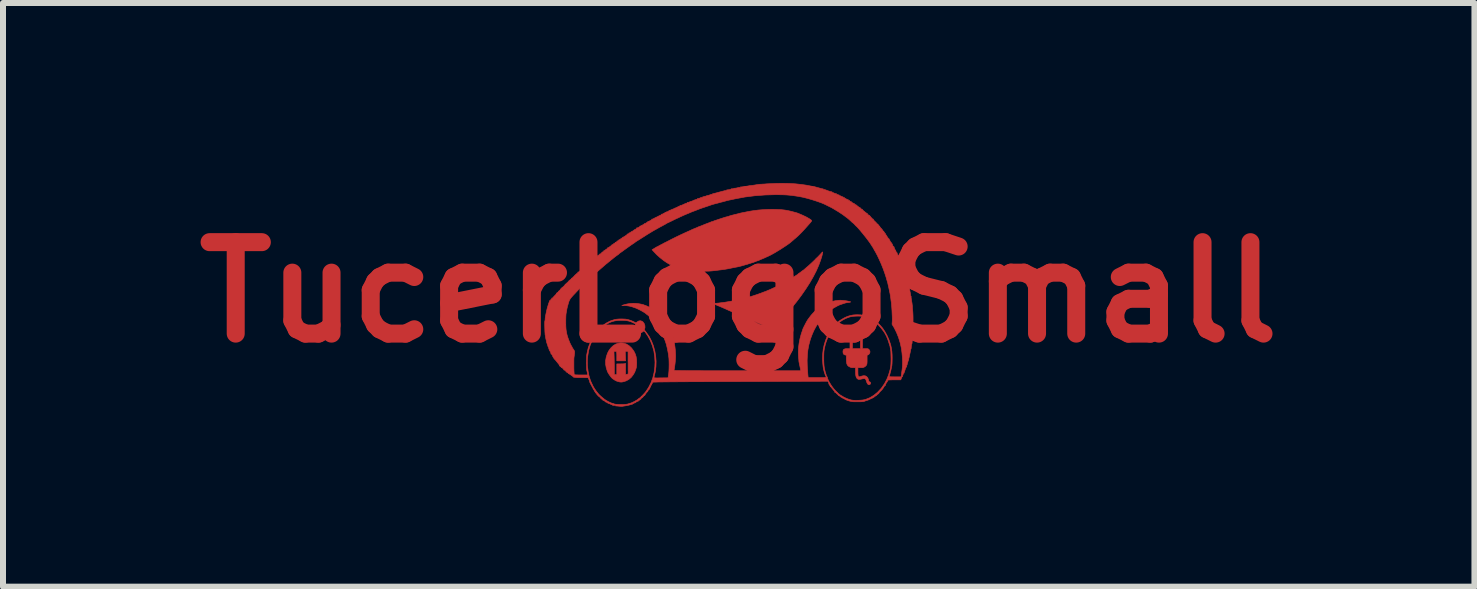
<source format=kicad_pcb>
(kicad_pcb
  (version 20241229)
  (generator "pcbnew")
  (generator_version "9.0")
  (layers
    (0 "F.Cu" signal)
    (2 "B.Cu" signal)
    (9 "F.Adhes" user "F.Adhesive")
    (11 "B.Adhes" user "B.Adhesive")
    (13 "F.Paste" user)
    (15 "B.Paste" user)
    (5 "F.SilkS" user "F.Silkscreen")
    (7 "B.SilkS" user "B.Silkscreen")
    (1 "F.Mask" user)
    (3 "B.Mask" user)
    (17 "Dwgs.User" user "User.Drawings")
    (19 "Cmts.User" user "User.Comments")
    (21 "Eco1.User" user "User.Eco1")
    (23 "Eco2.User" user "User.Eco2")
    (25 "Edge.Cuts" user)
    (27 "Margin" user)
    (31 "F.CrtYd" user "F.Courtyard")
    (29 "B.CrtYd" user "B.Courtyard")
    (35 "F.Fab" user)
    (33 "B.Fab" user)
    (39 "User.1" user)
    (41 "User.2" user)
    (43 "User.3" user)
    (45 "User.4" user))
  (footprint "TucerLogoSmall"
    (layer "F.Cu")
    (at 9.26 1.82)
    (property "Reference" "TucerLogoSmall" (at 0 0 0) (layer "F.Cu") (effects (font (size 1.524 1.524) (thickness 0.3))))
    (attr through_hole)
    (fp_poly (pts (xy -3.134 0.13) (xy -3.137 0.133) (xy -3.139 0.13) (xy -3.137 0.127) (xy -3.134 0.13)) (stroke (width 0.01) (type solid)) (fill yes) (layer "F.Cu"))
    (fp_poly (pts (xy -3.109 0.098) (xy -3.111 0.102) (xy -3.114 0.098) (xy -3.111 0.095) (xy -3.109 0.098)) (stroke (width 0.01) (type solid)) (fill yes) (layer "F.Cu"))
    (fp_poly (pts (xy -3.033 0.016) (xy -3.035 0.019) (xy -3.038 0.016) (xy -3.035 0.013) (xy -3.033 0.016)) (stroke (width 0.01) (type solid)) (fill yes) (layer "F.Cu"))
    (fp_poly (pts (xy -2.951 -0.067) (xy -2.954 -0.064) (xy -2.957 -0.067) (xy -2.954 -0.07) (xy -2.951 -0.067)) (stroke (width 0.01) (type solid)) (fill yes) (layer "F.Cu"))
    (fp_poly (pts (xy -2.951 1.254) (xy -2.954 1.257) (xy -2.957 1.254) (xy -2.954 1.251) (xy -2.951 1.254)) (stroke (width 0.01) (type solid)) (fill yes) (layer "F.Cu"))
    (fp_poly (pts (xy -2.911 1.292) (xy -2.913 1.295) (xy -2.916 1.292) (xy -2.913 1.289) (xy -2.911 1.292)) (stroke (width 0.01) (type solid)) (fill yes) (layer "F.Cu"))
    (fp_poly (pts (xy -2.835 1.356) (xy -2.837 1.359) (xy -2.84 1.356) (xy -2.837 1.353) (xy -2.835 1.356)) (stroke (width 0.01) (type solid)) (fill yes) (layer "F.Cu"))
    (fp_poly (pts (xy -2.784 -0.232) (xy -2.786 -0.229) (xy -2.789 -0.232) (xy -2.786 -0.235) (xy -2.784 -0.232)) (stroke (width 0.01) (type solid)) (fill yes) (layer "F.Cu"))
    (fp_poly (pts (xy -2.53 -0.46) (xy -2.532 -0.457) (xy -2.535 -0.46) (xy -2.532 -0.464) (xy -2.53 -0.46)) (stroke (width 0.01) (type solid)) (fill yes) (layer "F.Cu"))
    (fp_poly (pts (xy -2.393 -0.575) (xy -2.395 -0.572) (xy -2.398 -0.575) (xy -2.395 -0.578) (xy -2.393 -0.575)) (stroke (width 0.01) (type solid)) (fill yes) (layer "F.Cu"))
    (fp_poly (pts (xy -2.362 1.699) (xy -2.365 1.702) (xy -2.367 1.699) (xy -2.365 1.695) (xy -2.362 1.699)) (stroke (width 0.01) (type solid)) (fill yes) (layer "F.Cu"))
    (fp_poly (pts (xy -2.352 -0.606) (xy -2.355 -0.603) (xy -2.357 -0.606) (xy -2.355 -0.61) (xy -2.352 -0.606)) (stroke (width 0.01) (type solid)) (fill yes) (layer "F.Cu"))
    (fp_poly (pts (xy -2.337 1.73) (xy -2.339 1.734) (xy -2.342 1.73) (xy -2.339 1.727) (xy -2.337 1.73)) (stroke (width 0.01) (type solid)) (fill yes) (layer "F.Cu"))
    (fp_poly (pts (xy -2.245 -0.689) (xy -2.248 -0.686) (xy -2.25 -0.689) (xy -2.248 -0.692) (xy -2.245 -0.689)) (stroke (width 0.01) (type solid)) (fill yes) (layer "F.Cu"))
    (fp_poly (pts (xy -2.179 -0.74) (xy -2.182 -0.737) (xy -2.184 -0.74) (xy -2.182 -0.743) (xy -2.179 -0.74)) (stroke (width 0.01) (type solid)) (fill yes) (layer "F.Cu"))
    (fp_poly (pts (xy -2.022 -0.854) (xy -2.024 -0.851) (xy -2.027 -0.854) (xy -2.024 -0.857) (xy -2.022 -0.854)) (stroke (width 0.01) (type solid)) (fill yes) (layer "F.Cu"))
    (fp_poly (pts (xy -1.631 1.781) (xy -1.633 1.784) (xy -1.636 1.781) (xy -1.633 1.778) (xy -1.631 1.781)) (stroke (width 0.01) (type solid)) (fill yes) (layer "F.Cu"))
    (fp_poly (pts (xy -1.488 1.616) (xy -1.491 1.619) (xy -1.494 1.616) (xy -1.491 1.613) (xy -1.488 1.616)) (stroke (width 0.01) (type solid)) (fill yes) (layer "F.Cu"))
    (fp_poly (pts (xy -1.448 1.54) (xy -1.45 1.543) (xy -1.453 1.54) (xy -1.45 1.537) (xy -1.448 1.54)) (stroke (width 0.01) (type solid)) (fill yes) (layer "F.Cu"))
    (fp_poly (pts (xy 1.529 1.572) (xy 1.527 1.575) (xy 1.524 1.572) (xy 1.527 1.568) (xy 1.529 1.572)) (stroke (width 0.01) (type solid)) (fill yes) (layer "F.Cu"))
    (fp_poly (pts (xy 1.605 1.667) (xy 1.603 1.67) (xy 1.6 1.667) (xy 1.603 1.664) (xy 1.605 1.667)) (stroke (width 0.01) (type solid)) (fill yes) (layer "F.Cu"))
    (fp_poly (pts (xy 2.144 -1.311) (xy 2.141 -1.308) (xy 2.139 -1.311) (xy 2.141 -1.314) (xy 2.144 -1.311)) (stroke (width 0.01) (type solid)) (fill yes) (layer "F.Cu"))
    (fp_poly (pts (xy 2.179 -1.28) (xy 2.177 -1.276) (xy 2.174 -1.28) (xy 2.177 -1.283) (xy 2.179 -1.28)) (stroke (width 0.01) (type solid)) (fill yes) (layer "F.Cu"))
    (fp_poly (pts (xy 2.337 -1.114) (xy 2.334 -1.111) (xy 2.332 -1.114) (xy 2.334 -1.118) (xy 2.337 -1.114)) (stroke (width 0.01) (type solid)) (fill yes) (layer "F.Cu"))
    (fp_poly (pts (xy 2.362 -1.083) (xy 2.36 -1.079) (xy 2.357 -1.083) (xy 2.36 -1.086) (xy 2.362 -1.083)) (stroke (width 0.01) (type solid)) (fill yes) (layer "F.Cu"))
    (fp_poly (pts (xy 2.377 -1.064) (xy 2.375 -1.06) (xy 2.372 -1.064) (xy 2.375 -1.067) (xy 2.377 -1.064)) (stroke (width 0.01) (type solid)) (fill yes) (layer "F.Cu"))
    (fp_poly (pts (xy 2.403 -1.032) (xy 2.4 -1.029) (xy 2.398 -1.032) (xy 2.4 -1.035) (xy 2.403 -1.032)) (stroke (width 0.01) (type solid)) (fill yes) (layer "F.Cu"))
    (fp_poly (pts (xy 2.428 -1) (xy 2.426 -0.997) (xy 2.423 -1) (xy 2.426 -1.003) (xy 2.428 -1)) (stroke (width 0.01) (type solid)) (fill yes) (layer "F.Cu"))
    (fp_poly (pts (xy 2.443 -0.981) (xy 2.441 -0.978) (xy 2.438 -0.981) (xy 2.441 -0.984) (xy 2.443 -0.981)) (stroke (width 0.01) (type solid)) (fill yes) (layer "F.Cu"))
    (fp_poly (pts (xy 2.443 1.553) (xy 2.441 1.556) (xy 2.438 1.553) (xy 2.441 1.549) (xy 2.443 1.553)) (stroke (width 0.01) (type solid)) (fill yes) (layer "F.Cu"))
    (fp_poly (pts (xy 2.52 -0.867) (xy 2.517 -0.864) (xy 2.515 -0.867) (xy 2.517 -0.87) (xy 2.52 -0.867)) (stroke (width 0.01) (type solid)) (fill yes) (layer "F.Cu"))
    (fp_poly (pts (xy 2.56 -0.803) (xy 2.558 -0.8) (xy 2.555 -0.803) (xy 2.558 -0.806) (xy 2.56 -0.803)) (stroke (width 0.01) (type solid)) (fill yes) (layer "F.Cu"))
    (fp_poly (pts (xy 2.758 1.343) (xy 2.756 1.346) (xy 2.753 1.343) (xy 2.756 1.34) (xy 2.758 1.343)) (stroke (width 0.01) (type solid)) (fill yes) (layer "F.Cu"))
    (fp_poly (pts (xy -2.983 1.222) (xy -2.977 1.228) (xy -2.977 1.229) (xy -2.979 1.232) (xy -2.984 1.226) (xy -2.985 1.225) (xy -2.986 1.22) (xy -2.983 1.222)) (stroke (width 0.01) (type solid)) (fill yes) (layer "F.Cu"))
    (fp_poly (pts (xy 2.585 -0.759) (xy 2.59 -0.753) (xy 2.589 -0.749) (xy 2.589 -0.749) (xy 2.584 -0.754) (xy 2.583 -0.757) (xy 2.582 -0.761) (xy 2.585 -0.759)) (stroke (width 0.01) (type solid)) (fill yes) (layer "F.Cu"))
    (fp_poly (pts (xy -1.916 0.848) (xy -1.872 0.863) (xy -1.829 0.889) (xy -1.789 0.926) (xy -1.779 0.938) (xy -1.747 0.982) (xy -1.725 1.026) (xy -1.71 1.072) (xy -1.702 1.123) (xy -1.7 1.173) (xy -1.701 1.206) (xy -1.703 1.235) (xy -1.706 1.255) (xy -1.707 1.258) (xy -1.716 1.288) (xy -1.726 1.313) (xy -1.733 1.333) (xy -1.738 1.342) (xy -1.744 1.351) (xy -1.753 1.366) (xy -1.758 1.375) (xy -1.79 1.417) (xy -1.829 1.451) (xy -1.874 1.476) (xy -1.911 1.489) (xy -1.938 1.495) (xy -1.96 1.497) (xy -1.982 1.495) (xy -2.008 1.489) (xy -2.038 1.479) (xy -2.063 1.466) (xy -2.073 1.46) (xy -2.082 1.453) (xy -2.095 1.445) (xy -2.096 1.445) (xy -2.112 1.431) (xy -2.131 1.41) (xy -2.15 1.384) (xy -2.169 1.356) (xy -2.184 1.329) (xy -2.189 1.318) (xy -2.208 1.258) (xy -2.218 1.201) (xy -2.219 1.144) (xy -2.209 1.086) (xy -2.207 1.077) (xy -2.187 1.017) (xy -2.17 0.984) (xy -2.079 0.984) (xy -2.076 1.081) (xy -2.075 1.125) (xy -2.074 1.177) (xy -2.073 1.228) (xy -2.073 1.273) (xy -2.073 1.274) (xy -2.073 1.372) (xy -2.032 1.372) (xy -2.032 1.194) (xy -1.974 1.194) (xy -1.949 1.193) (xy -1.927 1.193) (xy -1.909 1.191) (xy -1.901 1.19) (xy -1.885 1.186) (xy -1.885 1.373) (xy -1.873 1.369) (xy -1.859 1.366) (xy -1.852 1.365) (xy -1.846 1.364) (xy -1.843 1.357) (xy -1.842 1.341) (xy -1.842 1.335) (xy -1.842 1.32) (xy -1.843 1.295) (xy -1.843 1.261) (xy -1.843 1.222) (xy -1.843 1.177) (xy -1.844 1.145) (xy -1.844 0.984) (xy -1.891 0.984) (xy -1.884 1.143) (xy -2.032 1.143) (xy -2.032 1.078) (xy -2.032 1.042) (xy -2.033 1.016) (xy -2.035 1) (xy -2.039 0.99) (xy -2.046 0.986) (xy -2.055 0.984) (xy -2.059 0.984) (xy -2.079 0.984) (xy -2.17 0.984) (xy -2.16 0.966) (xy -2.127 0.923) (xy -2.09 0.889) (xy -2.049 0.864) (xy -2.006 0.849) (xy -1.962 0.843) (xy -1.916 0.848)) (stroke (width 0.01) (type solid)) (fill yes) (layer "F.Cu"))
    (fp_poly (pts (xy 1.883 0.732) (xy 1.888 0.737) (xy 1.891 0.749) (xy 1.893 0.767) (xy 1.894 0.795) (xy 1.895 0.834) (xy 1.895 0.843) (xy 1.895 0.94) (xy 2.027 0.94) (xy 2.027 0.839) (xy 2.027 0.801) (xy 2.027 0.773) (xy 2.028 0.755) (xy 2.029 0.744) (xy 2.032 0.738) (xy 2.035 0.734) (xy 2.037 0.733) (xy 2.046 0.731) (xy 2.053 0.733) (xy 2.057 0.742) (xy 2.06 0.757) (xy 2.062 0.782) (xy 2.062 0.817) (xy 2.062 0.842) (xy 2.062 0.94) (xy 2.11 0.94) (xy 2.134 0.94) (xy 2.149 0.941) (xy 2.159 0.944) (xy 2.167 0.95) (xy 2.171 0.954) (xy 2.181 0.969) (xy 2.187 0.984) (xy 2.186 1.004) (xy 2.178 1.024) (xy 2.164 1.039) (xy 2.154 1.044) (xy 2.139 1.049) (xy 2.139 1.124) (xy 2.139 1.156) (xy 2.138 1.179) (xy 2.136 1.194) (xy 2.134 1.204) (xy 2.129 1.213) (xy 2.126 1.218) (xy 2.11 1.235) (xy 2.09 1.248) (xy 2.069 1.256) (xy 2.058 1.257) (xy 2.045 1.257) (xy 2.028 1.256) (xy 2.015 1.257) (xy 1.986 1.257) (xy 1.986 1.324) (xy 1.987 1.36) (xy 1.989 1.385) (xy 1.994 1.401) (xy 2.003 1.408) (xy 2.016 1.408) (xy 2.035 1.402) (xy 2.04 1.4) (xy 2.076 1.391) (xy 2.106 1.392) (xy 2.131 1.404) (xy 2.15 1.426) (xy 2.163 1.458) (xy 2.166 1.475) (xy 2.172 1.489) (xy 2.178 1.492) (xy 2.191 1.497) (xy 2.198 1.508) (xy 2.198 1.521) (xy 2.19 1.533) (xy 2.187 1.536) (xy 2.175 1.541) (xy 2.167 1.541) (xy 2.156 1.536) (xy 2.156 1.536) (xy 2.146 1.525) (xy 2.135 1.504) (xy 2.125 1.473) (xy 2.123 1.468) (xy 2.116 1.452) (xy 2.106 1.442) (xy 2.091 1.439) (xy 2.07 1.441) (xy 2.052 1.445) (xy 2.03 1.45) (xy 2.01 1.452) (xy 1.996 1.452) (xy 1.994 1.451) (xy 1.976 1.442) (xy 1.962 1.424) (xy 1.952 1.396) (xy 1.947 1.357) (xy 1.946 1.318) (xy 1.946 1.257) (xy 1.927 1.257) (xy 1.909 1.256) (xy 1.892 1.257) (xy 1.892 1.257) (xy 1.876 1.255) (xy 1.855 1.247) (xy 1.834 1.236) (xy 1.82 1.225) (xy 1.808 1.209) (xy 1.799 1.184) (xy 1.795 1.151) (xy 1.793 1.109) (xy 1.793 1.049) (xy 1.775 1.046) (xy 1.755 1.038) (xy 1.742 1.023) (xy 1.738 1.001) (xy 1.737 0.993) (xy 1.739 0.972) (xy 1.746 0.956) (xy 1.759 0.947) (xy 1.779 0.941) (xy 1.808 0.94) (xy 1.809 0.94) (xy 1.854 0.94) (xy 1.854 0.845) (xy 1.854 0.807) (xy 1.855 0.779) (xy 1.856 0.761) (xy 1.858 0.749) (xy 1.861 0.742) (xy 1.862 0.74) (xy 1.871 0.732) (xy 1.876 0.73) (xy 1.883 0.732)) (stroke (width 0.01) (type solid)) (fill yes) (layer "F.Cu"))
    (fp_poly (pts (xy 1.399 -0.665) (xy 1.397 -0.65) (xy 1.393 -0.63) (xy 1.388 -0.61) (xy 1.383 -0.592) (xy 1.383 -0.591) (xy 1.378 -0.576) (xy 1.371 -0.555) (xy 1.367 -0.54) (xy 1.334 -0.451) (xy 1.293 -0.357) (xy 1.243 -0.26) (xy 1.185 -0.159) (xy 1.119 -0.056) (xy 1.045 0.051) (xy 0.964 0.159) (xy 0.875 0.268) (xy 0.798 0.358) (xy 0.746 0.417) (xy 0.697 0.47) (xy 0.654 0.516) (xy 0.617 0.553) (xy 0.611 0.559) (xy 0.595 0.575) (xy 0.58 0.591) (xy 0.571 0.6) (xy 0.561 0.61) (xy 0.555 0.615) (xy 0.554 0.615) (xy 0.548 0.613) (xy 0.535 0.607) (xy 0.519 0.6) (xy 0.518 0.599) (xy 0.493 0.588) (xy 0.462 0.574) (xy 0.422 0.557) (xy 0.374 0.536) (xy 0.366 0.532) (xy 0.349 0.525) (xy 0.336 0.519) (xy 0.33 0.517) (xy 0.321 0.514) (xy 0.307 0.508) (xy 0.295 0.502) (xy 0.279 0.495) (xy 0.257 0.485) (xy 0.23 0.473) (xy 0.203 0.461) (xy 0.201 0.46) (xy 0.168 0.446) (xy 0.131 0.43) (xy 0.094 0.414) (xy 0.069 0.403) (xy 0.036 0.389) (xy -0.001 0.373) (xy -0.038 0.357) (xy -0.064 0.346) (xy -0.11 0.326) (xy -0.162 0.304) (xy -0.215 0.28) (xy -0.265 0.258) (xy -0.297 0.244) (xy -0.317 0.235) (xy -0.336 0.228) (xy -0.349 0.223) (xy -0.349 0.223) (xy -0.362 0.218) (xy -0.37 0.213) (xy -0.38 0.208) (xy -0.385 0.206) (xy -0.395 0.202) (xy -0.41 0.196) (xy -0.414 0.194) (xy -0.434 0.185) (xy -0.417 0.184) (xy -0.401 0.183) (xy -0.387 0.184) (xy -0.387 0.184) (xy -0.377 0.184) (xy -0.359 0.182) (xy -0.334 0.18) (xy -0.305 0.176) (xy -0.273 0.172) (xy -0.24 0.168) (xy -0.208 0.163) (xy -0.179 0.158) (xy -0.165 0.156) (xy -0.137 0.151) (xy -0.106 0.146) (xy -0.079 0.141) (xy -0.071 0.14) (xy -0.046 0.135) (xy -0.019 0.13) (xy 0.003 0.124) (xy 0.005 0.124) (xy 0.029 0.118) (xy 0.056 0.111) (xy 0.071 0.108) (xy 0.096 0.102) (xy 0.129 0.093) (xy 0.166 0.082) (xy 0.204 0.071) (xy 0.242 0.059) (xy 0.275 0.048) (xy 0.279 0.047) (xy 0.308 0.037) (xy 0.329 0.03) (xy 0.346 0.023) (xy 0.363 0.018) (xy 0.38 0.011) (xy 0.401 0.003) (xy 0.422 -0.005) (xy 0.439 -0.011) (xy 0.451 -0.015) (xy 0.453 -0.016) (xy 0.464 -0.02) (xy 0.468 -0.023) (xy 0.477 -0.027) (xy 0.49 -0.032) (xy 0.502 -0.037) (xy 0.52 -0.044) (xy 0.541 -0.054) (xy 0.546 -0.056) (xy 0.567 -0.066) (xy 0.587 -0.075) (xy 0.602 -0.082) (xy 0.605 -0.083) (xy 0.64 -0.1) (xy 0.683 -0.121) (xy 0.729 -0.146) (xy 0.778 -0.173) (xy 0.825 -0.2) (xy 0.869 -0.226) (xy 0.897 -0.243) (xy 0.921 -0.258) (xy 0.943 -0.272) (xy 0.961 -0.284) (xy 0.973 -0.291) (xy 0.974 -0.291) (xy 0.985 -0.299) (xy 0.99 -0.305) (xy 0.991 -0.306) (xy 0.995 -0.311) (xy 0.996 -0.311) (xy 1.002 -0.314) (xy 1.015 -0.323) (xy 1.032 -0.335) (xy 1.042 -0.343) (xy 1.06 -0.357) (xy 1.075 -0.367) (xy 1.085 -0.374) (xy 1.087 -0.375) (xy 1.093 -0.379) (xy 1.093 -0.379) (xy 1.098 -0.385) (xy 1.109 -0.395) (xy 1.125 -0.409) (xy 1.133 -0.416) (xy 1.151 -0.431) (xy 1.166 -0.444) (xy 1.176 -0.453) (xy 1.178 -0.455) (xy 1.186 -0.462) (xy 1.199 -0.474) (xy 1.216 -0.49) (xy 1.229 -0.502) (xy 1.247 -0.519) (xy 1.262 -0.534) (xy 1.272 -0.543) (xy 1.275 -0.547) (xy 1.28 -0.553) (xy 1.291 -0.564) (xy 1.304 -0.576) (xy 1.321 -0.592) (xy 1.341 -0.613) (xy 1.361 -0.634) (xy 1.364 -0.637) (xy 1.379 -0.654) (xy 1.391 -0.666) (xy 1.398 -0.672) (xy 1.399 -0.672) (xy 1.399 -0.665)) (stroke (width 0.01) (type solid)) (fill yes) (layer "F.Cu"))
    (fp_poly (pts (xy 0.633 -1.38) (xy 0.703 -1.377) (xy 0.766 -1.37) (xy 0.798 -1.365) (xy 0.837 -1.357) (xy 0.88 -1.347) (xy 0.921 -1.336) (xy 0.959 -1.326) (xy 0.983 -1.318) (xy 1.017 -1.304) (xy 1.052 -1.289) (xy 1.087 -1.273) (xy 1.121 -1.257) (xy 1.151 -1.24) (xy 1.177 -1.225) (xy 1.198 -1.211) (xy 1.211 -1.2) (xy 1.216 -1.191) (xy 1.216 -1.191) (xy 1.213 -1.185) (xy 1.203 -1.171) (xy 1.187 -1.152) (xy 1.167 -1.129) (xy 1.143 -1.102) (xy 1.118 -1.074) (xy 1.092 -1.045) (xy 1.065 -1.016) (xy 1.04 -0.99) (xy 1.021 -0.971) (xy 0.994 -0.944) (xy 0.965 -0.918) (xy 0.939 -0.895) (xy 0.93 -0.888) (xy 0.919 -0.879) (xy 0.912 -0.872) (xy 0.905 -0.866) (xy 0.892 -0.855) (xy 0.877 -0.842) (xy 0.863 -0.83) (xy 0.853 -0.822) (xy 0.82 -0.798) (xy 0.782 -0.772) (xy 0.739 -0.744) (xy 0.695 -0.715) (xy 0.65 -0.688) (xy 0.606 -0.661) (xy 0.565 -0.638) (xy 0.528 -0.618) (xy 0.497 -0.603) (xy 0.483 -0.596) (xy 0.472 -0.592) (xy 0.455 -0.584) (xy 0.435 -0.575) (xy 0.427 -0.571) (xy 0.405 -0.562) (xy 0.386 -0.554) (xy 0.371 -0.548) (xy 0.368 -0.547) (xy 0.354 -0.541) (xy 0.343 -0.535) (xy 0.334 -0.53) (xy 0.33 -0.529) (xy 0.324 -0.528) (xy 0.31 -0.523) (xy 0.289 -0.516) (xy 0.265 -0.506) (xy 0.262 -0.505) (xy 0.244 -0.498) (xy 0.224 -0.492) (xy 0.213 -0.489) (xy 0.192 -0.482) (xy 0.171 -0.476) (xy 0.163 -0.473) (xy 0.146 -0.467) (xy 0.124 -0.461) (xy 0.101 -0.455) (xy 0.101 -0.454) (xy 0.082 -0.449) (xy 0.066 -0.445) (xy 0.056 -0.442) (xy 0.055 -0.441) (xy 0.047 -0.439) (xy 0.032 -0.435) (xy 0.012 -0.43) (xy -0.009 -0.425) (xy -0.029 -0.421) (xy -0.045 -0.418) (xy -0.051 -0.417) (xy -0.062 -0.415) (xy -0.08 -0.411) (xy -0.097 -0.408) (xy -0.168 -0.393) (xy -0.238 -0.381) (xy -0.282 -0.375) (xy -0.308 -0.372) (xy -0.341 -0.368) (xy -0.376 -0.363) (xy -0.41 -0.359) (xy -0.415 -0.359) (xy -0.453 -0.355) (xy -0.496 -0.352) (xy -0.544 -0.351) (xy -0.595 -0.35) (xy -0.645 -0.35) (xy -0.692 -0.352) (xy -0.736 -0.354) (xy -0.772 -0.357) (xy -0.79 -0.359) (xy -0.835 -0.366) (xy -0.871 -0.372) (xy -0.902 -0.378) (xy -0.927 -0.383) (xy -0.95 -0.388) (xy -0.973 -0.395) (xy -0.996 -0.402) (xy -1.013 -0.408) (xy -1.029 -0.413) (xy -1.042 -0.416) (xy -1.044 -0.416) (xy -1.061 -0.422) (xy -1.085 -0.432) (xy -1.115 -0.446) (xy -1.147 -0.463) (xy -1.181 -0.483) (xy -1.194 -0.49) (xy -1.253 -0.53) (xy -1.312 -0.577) (xy -1.368 -0.627) (xy -1.417 -0.679) (xy -1.422 -0.684) (xy -1.444 -0.709) (xy -1.419 -0.723) (xy -1.402 -0.734) (xy -1.386 -0.743) (xy -1.381 -0.747) (xy -1.37 -0.754) (xy -1.363 -0.756) (xy -1.356 -0.759) (xy -1.344 -0.766) (xy -1.331 -0.773) (xy -1.314 -0.782) (xy -1.3 -0.79) (xy -1.293 -0.793) (xy -1.28 -0.8) (xy -1.27 -0.805) (xy -1.247 -0.818) (xy -1.229 -0.827) (xy -1.218 -0.833) (xy -1.214 -0.834) (xy -1.209 -0.837) (xy -1.196 -0.843) (xy -1.177 -0.853) (xy -1.154 -0.865) (xy -1.146 -0.869) (xy -1.121 -0.882) (xy -1.099 -0.893) (xy -1.081 -0.902) (xy -1.071 -0.907) (xy -1.069 -0.908) (xy -1.057 -0.914) (xy -1.039 -0.923) (xy -1.02 -0.932) (xy -1.005 -0.939) (xy -1.003 -0.94) (xy -0.97 -0.956) (xy -0.941 -0.969) (xy -0.931 -0.974) (xy -0.918 -0.98) (xy -0.899 -0.989) (xy -0.876 -0.999) (xy -0.859 -1.007) (xy -0.836 -1.017) (xy -0.816 -1.026) (xy -0.801 -1.033) (xy -0.795 -1.036) (xy -0.783 -1.042) (xy -0.766 -1.049) (xy -0.748 -1.057) (xy -0.735 -1.062) (xy -0.732 -1.063) (xy -0.723 -1.067) (xy -0.708 -1.073) (xy -0.693 -1.079) (xy -0.675 -1.088) (xy -0.657 -1.095) (xy -0.648 -1.098) (xy -0.635 -1.103) (xy -0.616 -1.11) (xy -0.602 -1.116) (xy -0.583 -1.124) (xy -0.558 -1.134) (xy -0.532 -1.144) (xy -0.526 -1.146) (xy -0.503 -1.155) (xy -0.482 -1.163) (xy -0.465 -1.17) (xy -0.461 -1.172) (xy -0.449 -1.177) (xy -0.442 -1.178) (xy -0.442 -1.178) (xy -0.438 -1.178) (xy -0.428 -1.182) (xy -0.428 -1.182) (xy -0.412 -1.189) (xy -0.399 -1.194) (xy -0.388 -1.197) (xy -0.37 -1.203) (xy -0.347 -1.211) (xy -0.323 -1.219) (xy -0.28 -1.233) (xy -0.246 -1.244) (xy -0.22 -1.252) (xy -0.201 -1.257) (xy -0.188 -1.26) (xy -0.187 -1.261) (xy -0.175 -1.263) (xy -0.168 -1.266) (xy -0.161 -1.269) (xy -0.145 -1.274) (xy -0.122 -1.281) (xy -0.093 -1.288) (xy -0.059 -1.297) (xy -0.048 -1.299) (xy -0.023 -1.305) (xy 0.003 -1.312) (xy 0.025 -1.318) (xy 0.025 -1.318) (xy 0.048 -1.323) (xy 0.074 -1.329) (xy 0.099 -1.333) (xy 0.124 -1.338) (xy 0.154 -1.344) (xy 0.182 -1.349) (xy 0.185 -1.35) (xy 0.254 -1.361) (xy 0.327 -1.37) (xy 0.404 -1.376) (xy 0.482 -1.38) (xy 0.559 -1.382) (xy 0.633 -1.38)) (stroke (width 0.01) (type solid)) (fill yes) (layer "F.Cu"))
    (fp_poly (pts (xy 0.841 -1.813) (xy 0.942 -1.807) (xy 1.039 -1.797) (xy 1.129 -1.784) (xy 1.195 -1.771) (xy 1.211 -1.768) (xy 1.223 -1.766) (xy 1.228 -1.766) (xy 1.234 -1.766) (xy 1.248 -1.763) (xy 1.266 -1.758) (xy 1.267 -1.758) (xy 1.291 -1.751) (xy 1.316 -1.744) (xy 1.333 -1.74) (xy 1.353 -1.734) (xy 1.371 -1.729) (xy 1.38 -1.726) (xy 1.393 -1.723) (xy 1.402 -1.724) (xy 1.403 -1.725) (xy 1.406 -1.725) (xy 1.405 -1.721) (xy 1.405 -1.715) (xy 1.41 -1.715) (xy 1.42 -1.714) (xy 1.436 -1.71) (xy 1.448 -1.706) (xy 1.485 -1.692) (xy 1.513 -1.682) (xy 1.533 -1.676) (xy 1.546 -1.674) (xy 1.551 -1.675) (xy 1.554 -1.674) (xy 1.552 -1.671) (xy 1.552 -1.665) (xy 1.555 -1.664) (xy 1.565 -1.663) (xy 1.575 -1.659) (xy 1.598 -1.649) (xy 1.615 -1.643) (xy 1.626 -1.642) (xy 1.627 -1.643) (xy 1.63 -1.642) (xy 1.628 -1.639) (xy 1.628 -1.633) (xy 1.631 -1.633) (xy 1.641 -1.631) (xy 1.65 -1.627) (xy 1.661 -1.622) (xy 1.667 -1.623) (xy 1.671 -1.624) (xy 1.67 -1.621) (xy 1.672 -1.615) (xy 1.681 -1.61) (xy 1.683 -1.61) (xy 1.696 -1.606) (xy 1.703 -1.603) (xy 1.709 -1.599) (xy 1.716 -1.595) (xy 1.727 -1.59) (xy 1.733 -1.591) (xy 1.737 -1.592) (xy 1.735 -1.588) (xy 1.737 -1.583) (xy 1.745 -1.58) (xy 1.757 -1.58) (xy 1.759 -1.581) (xy 1.761 -1.577) (xy 1.76 -1.575) (xy 1.761 -1.569) (xy 1.765 -1.568) (xy 1.775 -1.565) (xy 1.786 -1.558) (xy 1.795 -1.552) (xy 1.798 -1.552) (xy 1.798 -1.552) (xy 1.802 -1.552) (xy 1.81 -1.546) (xy 1.82 -1.541) (xy 1.826 -1.541) (xy 1.828 -1.542) (xy 1.827 -1.538) (xy 1.828 -1.532) (xy 1.836 -1.529) (xy 1.846 -1.53) (xy 1.848 -1.527) (xy 1.847 -1.525) (xy 1.849 -1.52) (xy 1.858 -1.514) (xy 1.868 -1.511) (xy 1.876 -1.51) (xy 1.878 -1.508) (xy 1.878 -1.506) (xy 1.88 -1.501) (xy 1.89 -1.494) (xy 1.902 -1.487) (xy 1.915 -1.481) (xy 1.924 -1.478) (xy 1.927 -1.478) (xy 1.929 -1.476) (xy 1.928 -1.473) (xy 1.929 -1.467) (xy 1.931 -1.467) (xy 1.939 -1.463) (xy 1.947 -1.456) (xy 1.954 -1.45) (xy 1.954 -1.453) (xy 1.953 -1.454) (xy 1.951 -1.46) (xy 1.954 -1.458) (xy 1.958 -1.454) (xy 1.97 -1.444) (xy 1.976 -1.439) (xy 1.987 -1.431) (xy 2 -1.42) (xy 2.004 -1.418) (xy 2.014 -1.411) (xy 2.019 -1.41) (xy 2.019 -1.411) (xy 2.019 -1.412) (xy 2.026 -1.406) (xy 2.029 -1.402) (xy 2.042 -1.388) (xy 2.052 -1.383) (xy 2.059 -1.384) (xy 2.061 -1.381) (xy 2.06 -1.379) (xy 2.062 -1.372) (xy 2.067 -1.368) (xy 2.076 -1.363) (xy 2.078 -1.358) (xy 2.082 -1.353) (xy 2.084 -1.353) (xy 2.091 -1.349) (xy 2.102 -1.34) (xy 2.106 -1.336) (xy 2.117 -1.327) (xy 2.123 -1.323) (xy 2.123 -1.323) (xy 2.127 -1.321) (xy 2.135 -1.312) (xy 2.139 -1.307) (xy 2.15 -1.297) (xy 2.156 -1.291) (xy 2.157 -1.291) (xy 2.162 -1.289) (xy 2.171 -1.28) (xy 2.172 -1.279) (xy 2.182 -1.269) (xy 2.19 -1.267) (xy 2.19 -1.267) (xy 2.194 -1.268) (xy 2.193 -1.265) (xy 2.195 -1.258) (xy 2.204 -1.248) (xy 2.21 -1.243) (xy 2.221 -1.233) (xy 2.227 -1.226) (xy 2.227 -1.223) (xy 2.228 -1.22) (xy 2.235 -1.218) (xy 2.242 -1.219) (xy 2.244 -1.216) (xy 2.243 -1.214) (xy 2.245 -1.207) (xy 2.254 -1.196) (xy 2.267 -1.183) (xy 2.282 -1.169) (xy 2.294 -1.156) (xy 2.3 -1.148) (xy 2.309 -1.139) (xy 2.314 -1.137) (xy 2.322 -1.131) (xy 2.327 -1.121) (xy 2.333 -1.109) (xy 2.339 -1.105) (xy 2.348 -1.1) (xy 2.35 -1.098) (xy 2.351 -1.093) (xy 2.348 -1.095) (xy 2.343 -1.098) (xy 2.344 -1.094) (xy 2.352 -1.083) (xy 2.366 -1.067) (xy 2.377 -1.054) (xy 2.384 -1.047) (xy 2.385 -1.047) (xy 2.385 -1.047) (xy 2.384 -1.053) (xy 2.387 -1.052) (xy 2.392 -1.042) (xy 2.393 -1.038) (xy 2.397 -1.029) (xy 2.405 -1.022) (xy 2.415 -1.015) (xy 2.418 -1.009) (xy 2.422 -1) (xy 2.43 -0.987) (xy 2.437 -0.979) (xy 2.451 -0.961) (xy 2.466 -0.939) (xy 2.478 -0.919) (xy 2.49 -0.902) (xy 2.5 -0.89) (xy 2.505 -0.887) (xy 2.506 -0.887) (xy 2.509 -0.887) (xy 2.508 -0.884) (xy 2.508 -0.875) (xy 2.514 -0.864) (xy 2.525 -0.849) (xy 2.533 -0.836) (xy 2.54 -0.825) (xy 2.546 -0.823) (xy 2.546 -0.823) (xy 2.549 -0.823) (xy 2.548 -0.82) (xy 2.549 -0.811) (xy 2.556 -0.799) (xy 2.557 -0.797) (xy 2.565 -0.786) (xy 2.567 -0.78) (xy 2.567 -0.779) (xy 2.569 -0.773) (xy 2.576 -0.762) (xy 2.58 -0.756) (xy 2.589 -0.744) (xy 2.595 -0.736) (xy 2.595 -0.735) (xy 2.597 -0.726) (xy 2.602 -0.715) (xy 2.608 -0.705) (xy 2.612 -0.702) (xy 2.616 -0.7) (xy 2.616 -0.695) (xy 2.619 -0.684) (xy 2.625 -0.671) (xy 2.632 -0.661) (xy 2.638 -0.657) (xy 2.638 -0.657) (xy 2.64 -0.657) (xy 2.639 -0.656) (xy 2.639 -0.652) (xy 2.643 -0.641) (xy 2.65 -0.623) (xy 2.661 -0.597) (xy 2.671 -0.574) (xy 2.678 -0.563) (xy 2.683 -0.559) (xy 2.686 -0.555) (xy 2.686 -0.554) (xy 2.686 -0.547) (xy 2.69 -0.534) (xy 2.696 -0.521) (xy 2.701 -0.512) (xy 2.703 -0.511) (xy 2.705 -0.508) (xy 2.706 -0.501) (xy 2.71 -0.486) (xy 2.716 -0.475) (xy 2.723 -0.462) (xy 2.726 -0.452) (xy 2.73 -0.435) (xy 2.738 -0.415) (xy 2.746 -0.4) (xy 2.752 -0.39) (xy 2.752 -0.385) (xy 2.754 -0.378) (xy 2.759 -0.361) (xy 2.766 -0.338) (xy 2.77 -0.325) (xy 2.784 -0.281) (xy 2.8 -0.226) (xy 2.82 -0.159) (xy 2.834 -0.108) (xy 2.839 -0.09) (xy 2.841 -0.076) (xy 2.841 -0.074) (xy 2.843 -0.067) (xy 2.846 -0.068) (xy 2.849 -0.068) (xy 2.848 -0.065) (xy 2.848 -0.056) (xy 2.85 -0.038) (xy 2.854 -0.015) (xy 2.855 -0.01) (xy 2.86 0.015) (xy 2.863 0.038) (xy 2.865 0.053) (xy 2.865 0.054) (xy 2.867 0.066) (xy 2.871 0.066) (xy 2.874 0.065) (xy 2.873 0.068) (xy 2.872 0.078) (xy 2.874 0.095) (xy 2.875 0.103) (xy 2.879 0.127) (xy 2.883 0.154) (xy 2.888 0.183) (xy 2.891 0.209) (xy 2.894 0.23) (xy 2.895 0.243) (xy 2.895 0.245) (xy 2.895 0.254) (xy 2.896 0.272) (xy 2.898 0.296) (xy 2.9 0.314) (xy 2.902 0.343) (xy 2.904 0.382) (xy 2.905 0.428) (xy 2.905 0.48) (xy 2.905 0.535) (xy 2.904 0.59) (xy 2.903 0.643) (xy 2.901 0.692) (xy 2.899 0.734) (xy 2.896 0.767) (xy 2.895 0.775) (xy 2.892 0.802) (xy 2.89 0.826) (xy 2.889 0.843) (xy 2.888 0.846) (xy 2.887 0.857) (xy 2.885 0.86) (xy 2.883 0.864) (xy 2.88 0.878) (xy 2.877 0.897) (xy 2.875 0.919) (xy 2.873 0.938) (xy 2.871 0.947) (xy 2.869 0.948) (xy 2.866 0.951) (xy 2.865 0.958) (xy 2.865 0.964) (xy 2.864 0.973) (xy 2.861 0.986) (xy 2.857 1.005) (xy 2.851 1.032) (xy 2.843 1.069) (xy 2.842 1.075) (xy 2.837 1.096) (xy 2.831 1.112) (xy 2.828 1.116) (xy 2.825 1.123) (xy 2.828 1.122) (xy 2.829 1.121) (xy 2.831 1.123) (xy 2.828 1.134) (xy 2.825 1.142) (xy 2.819 1.158) (xy 2.817 1.167) (xy 2.817 1.168) (xy 2.816 1.173) (xy 2.812 1.184) (xy 2.811 1.184) (xy 2.807 1.198) (xy 2.807 1.207) (xy 2.808 1.212) (xy 2.805 1.21) (xy 2.801 1.212) (xy 2.798 1.222) (xy 2.798 1.238) (xy 2.799 1.241) (xy 2.797 1.244) (xy 2.796 1.243) (xy 2.792 1.246) (xy 2.786 1.257) (xy 2.779 1.273) (xy 2.773 1.291) (xy 2.768 1.306) (xy 2.766 1.313) (xy 2.763 1.323) (xy 2.758 1.332) (xy 2.749 1.348) (xy 2.741 1.366) (xy 2.734 1.384) (xy 2.731 1.396) (xy 2.732 1.4) (xy 2.732 1.403) (xy 2.73 1.401) (xy 2.725 1.404) (xy 2.717 1.417) (xy 2.712 1.429) (xy 2.7 1.46) (xy 2.593 1.46) (xy 2.556 1.46) (xy 2.529 1.461) (xy 2.509 1.462) (xy 2.496 1.463) (xy 2.488 1.465) (xy 2.483 1.468) (xy 2.482 1.47) (xy 2.48 1.479) (xy 2.48 1.481) (xy 2.477 1.486) (xy 2.47 1.498) (xy 2.465 1.504) (xy 2.456 1.518) (xy 2.45 1.528) (xy 2.45 1.53) (xy 2.447 1.536) (xy 2.439 1.549) (xy 2.431 1.56) (xy 2.421 1.575) (xy 2.413 1.587) (xy 2.411 1.591) (xy 2.406 1.6) (xy 2.395 1.615) (xy 2.379 1.633) (xy 2.36 1.652) (xy 2.358 1.654) (xy 2.345 1.667) (xy 2.337 1.678) (xy 2.335 1.684) (xy 2.335 1.689) (xy 2.333 1.689) (xy 2.323 1.688) (xy 2.318 1.693) (xy 2.319 1.696) (xy 2.32 1.701) (xy 2.318 1.701) (xy 2.309 1.702) (xy 2.302 1.708) (xy 2.299 1.715) (xy 2.3 1.716) (xy 2.3 1.72) (xy 2.296 1.718) (xy 2.289 1.718) (xy 2.286 1.722) (xy 2.28 1.73) (xy 2.277 1.731) (xy 2.263 1.736) (xy 2.255 1.742) (xy 2.254 1.748) (xy 2.254 1.752) (xy 2.252 1.75) (xy 2.244 1.751) (xy 2.238 1.756) (xy 2.232 1.763) (xy 2.23 1.763) (xy 2.226 1.763) (xy 2.215 1.768) (xy 2.206 1.772) (xy 2.182 1.785) (xy 2.157 1.796) (xy 2.136 1.803) (xy 2.125 1.806) (xy 2.113 1.81) (xy 2.097 1.816) (xy 2.094 1.817) (xy 2.082 1.821) (xy 2.062 1.823) (xy 2.034 1.825) (xy 1.998 1.825) (xy 1.979 1.825) (xy 1.944 1.825) (xy 1.918 1.825) (xy 1.896 1.823) (xy 1.877 1.82) (xy 1.858 1.816) (xy 1.836 1.81) (xy 1.809 1.801) (xy 1.791 1.794) (xy 1.783 1.791) (xy 1.771 1.784) (xy 1.761 1.778) (xy 1.746 1.77) (xy 1.734 1.764) (xy 1.73 1.763) (xy 1.722 1.759) (xy 1.712 1.751) (xy 1.702 1.744) (xy 1.696 1.744) (xy 1.692 1.743) (xy 1.692 1.741) (xy 1.688 1.735) (xy 1.678 1.727) (xy 1.667 1.721) (xy 1.66 1.72) (xy 1.657 1.717) (xy 1.658 1.716) (xy 1.656 1.71) (xy 1.647 1.701) (xy 1.643 1.699) (xy 1.632 1.69) (xy 1.626 1.683) (xy 1.626 1.682) (xy 1.622 1.678) (xy 1.621 1.678) (xy 1.616 1.674) (xy 1.606 1.663) (xy 1.592 1.647) (xy 1.575 1.626) (xy 1.557 1.604) (xy 1.539 1.582) (xy 1.524 1.562) (xy 1.513 1.546) (xy 1.514 1.546) (xy 1.516 1.549) (xy 1.519 1.546) (xy 1.516 1.543) (xy 1.514 1.546) (xy 1.513 1.546) (xy 1.512 1.545) (xy 1.505 1.534) (xy 1.504 1.532) (xy 1.499 1.514) (xy 1.497 1.502) (xy 1.494 1.49) (xy 1.489 1.484) (xy 1.482 1.484) (xy 1.466 1.483) (xy 1.443 1.483) (xy 1.414 1.483) (xy 1.381 1.483) (xy 1.351 1.484) (xy 1.335 1.484) (xy 1.309 1.484) (xy 1.273 1.484) (xy 1.229 1.484) (xy 1.177 1.485) (xy 1.117 1.485) (xy 1.049 1.485) (xy 0.975 1.486) (xy 0.894 1.486) (xy 0.808 1.486) (xy 0.716 1.486) (xy 0.619 1.487) (xy 0.518 1.487) (xy 0.413 1.487) (xy 0.304 1.488) (xy 0.192 1.488) (xy 0.078 1.488) (xy -0.038 1.489) (xy -0.108 1.489) (xy -0.251 1.489) (xy -0.384 1.49) (xy -0.508 1.49) (xy -0.622 1.491) (xy -0.728 1.491) (xy -0.825 1.491) (xy -0.913 1.492) (xy -0.993 1.492) (xy -1.066 1.493) (xy -1.131 1.493) (xy -1.189 1.494) (xy -1.24 1.494) (xy -1.284 1.495) (xy -1.322 1.495) (xy -1.355 1.496) (xy -1.381 1.497) (xy -1.402 1.497) (xy -1.418 1.498) (xy -1.429 1.499) (xy -1.436 1.499) (xy -1.438 1.5) (xy -1.438 1.5) (xy -1.439 1.511) (xy -1.438 1.512) (xy -1.441 1.519) (xy -1.448 1.527) (xy -1.456 1.539) (xy -1.458 1.547) (xy -1.461 1.555) (xy -1.464 1.556) (xy -1.467 1.56) (xy -1.466 1.566) (xy -1.466 1.572) (xy -1.468 1.572) (xy -1.473 1.574) (xy -1.476 1.582) (xy -1.476 1.589) (xy -1.48 1.596) (xy -1.487 1.604) (xy -1.496 1.614) (xy -1.499 1.623) (xy -1.501 1.63) (xy -1.503 1.629) (xy -1.508 1.631) (xy -1.513 1.64) (xy -1.515 1.651) (xy -1.515 1.653) (xy -1.517 1.656) (xy -1.518 1.656) (xy -1.523 1.659) (xy -1.533 1.669) (xy -1.544 1.683) (xy -1.554 1.698) (xy -1.562 1.71) (xy -1.565 1.718) (xy -1.565 1.719) (xy -1.566 1.72) (xy -1.568 1.719) (xy -1.575 1.72) (xy -1.584 1.73) (xy -1.584 1.731) (xy -1.596 1.745) (xy -1.611 1.758) (xy -1.614 1.76) (xy -1.629 1.772) (xy -1.641 1.784) (xy -1.643 1.786) (xy -1.65 1.796) (xy -1.655 1.799) (xy -1.663 1.799) (xy -1.671 1.803) (xy -1.674 1.809) (xy -1.674 1.81) (xy -1.673 1.815) (xy -1.675 1.815) (xy -1.685 1.816) (xy -1.699 1.823) (xy -1.715 1.834) (xy -1.719 1.837) (xy -1.728 1.844) (xy -1.73 1.843) (xy -1.73 1.841) (xy -1.73 1.839) (xy -1.737 1.843) (xy -1.74 1.846) (xy -1.752 1.854) (xy -1.761 1.856) (xy -1.762 1.856) (xy -1.767 1.856) (xy -1.766 1.858) (xy -1.768 1.864) (xy -1.772 1.865) (xy -1.781 1.867) (xy -1.797 1.871) (xy -1.808 1.875) (xy -1.832 1.882) (xy -1.862 1.888) (xy -1.896 1.894) (xy -1.93 1.899) (xy -1.941 1.901) (xy -1.957 1.901) (xy -1.98 1.9) (xy -2.002 1.898) (xy -2.021 1.896) (xy -2.037 1.895) (xy -2.046 1.895) (xy -2.046 1.896) (xy -2.05 1.895) (xy -2.05 1.892) (xy -2.052 1.888) (xy -2.064 1.885) (xy -2.085 1.884) (xy -2.099 1.884) (xy -2.105 1.881) (xy -2.105 1.878) (xy -2.106 1.874) (xy -2.109 1.875) (xy -2.117 1.874) (xy -2.131 1.868) (xy -2.135 1.866) (xy -2.151 1.858) (xy -2.166 1.853) (xy -2.169 1.852) (xy -2.179 1.85) (xy -2.182 1.847) (xy -2.185 1.843) (xy -2.194 1.838) (xy -2.205 1.832) (xy -2.216 1.828) (xy -2.221 1.828) (xy -2.225 1.824) (xy -2.225 1.823) (xy -2.229 1.817) (xy -2.239 1.81) (xy -2.251 1.804) (xy -2.26 1.802) (xy -2.262 1.802) (xy -2.264 1.8) (xy -2.264 1.798) (xy -2.265 1.792) (xy -2.272 1.786) (xy -2.281 1.783) (xy -2.283 1.783) (xy -2.284 1.781) (xy -2.284 1.778) (xy -2.284 1.772) (xy -2.293 1.77) (xy -2.298 1.771) (xy -2.3 1.768) (xy -2.299 1.766) (xy -2.301 1.76) (xy -2.31 1.752) (xy -2.31 1.752) (xy -2.323 1.742) (xy -2.331 1.732) (xy -2.339 1.723) (xy -2.345 1.721) (xy -2.353 1.716) (xy -2.355 1.711) (xy -2.352 1.711) (xy -2.349 1.714) (xy -2.347 1.711) (xy -2.349 1.708) (xy -2.352 1.711) (xy -2.355 1.711) (xy -2.356 1.71) (xy -2.361 1.697) (xy -2.369 1.686) (xy -2.377 1.681) (xy -2.38 1.682) (xy -2.382 1.681) (xy -2.382 1.676) (xy -2.384 1.669) (xy -2.388 1.669) (xy -2.392 1.669) (xy -2.392 1.667) (xy -2.391 1.66) (xy -2.396 1.652) (xy -2.403 1.649) (xy -2.405 1.649) (xy -2.407 1.649) (xy -2.406 1.646) (xy -2.407 1.637) (xy -2.409 1.634) (xy -2.416 1.626) (xy -2.425 1.611) (xy -2.428 1.603) (xy -2.437 1.587) (xy -2.443 1.574) (xy -2.445 1.572) (xy -2.45 1.562) (xy -2.458 1.547) (xy -2.467 1.53) (xy -2.475 1.514) (xy -2.481 1.502) (xy -2.482 1.499) (xy -2.487 1.478) (xy -2.495 1.456) (xy -2.5 1.447) (xy -2.505 1.435) (xy -2.506 1.427) (xy -2.506 1.426) (xy -2.51 1.425) (xy -2.523 1.424) (xy -2.543 1.423) (xy -2.569 1.423) (xy -2.6 1.422) (xy -2.619 1.422) (xy -2.66 1.422) (xy -2.692 1.422) (xy -2.715 1.42) (xy -2.731 1.419) (xy -2.74 1.416) (xy -2.743 1.414) (xy -2.748 1.41) (xy -2.746 1.415) (xy -2.746 1.416) (xy -2.746 1.419) (xy -2.752 1.414) (xy -2.754 1.413) (xy -2.765 1.402) (xy -2.781 1.39) (xy -2.794 1.381) (xy -2.81 1.371) (xy -2.823 1.361) (xy -2.83 1.356) (xy -2.841 1.347) (xy -2.854 1.34) (xy -2.862 1.339) (xy -2.864 1.336) (xy -2.863 1.334) (xy -2.864 1.328) (xy -2.872 1.326) (xy -2.877 1.327) (xy -2.879 1.324) (xy -2.878 1.321) (xy -2.88 1.315) (xy -2.885 1.311) (xy -2.894 1.305) (xy -2.896 1.301) (xy -2.899 1.297) (xy -2.9 1.298) (xy -2.906 1.298) (xy -2.907 1.296) (xy -2.912 1.289) (xy -2.922 1.277) (xy -2.936 1.265) (xy -2.949 1.253) (xy -2.961 1.245) (xy -2.967 1.242) (xy -2.968 1.242) (xy -2.971 1.242) (xy -2.971 1.24) (xy -2.974 1.234) (xy -2.982 1.221) (xy -2.995 1.204) (xy -3.011 1.184) (xy -3.028 1.163) (xy -3.044 1.143) (xy -3.058 1.126) (xy -3.069 1.115) (xy -3.075 1.11) (xy -3.075 1.11) (xy -3.077 1.106) (xy -3.077 1.103) (xy -3.08 1.097) (xy -3.083 1.097) (xy -3.087 1.095) (xy -3.086 1.093) (xy -3.088 1.085) (xy -3.092 1.081) (xy -3.098 1.074) (xy -3.099 1.071) (xy -3.101 1.062) (xy -3.107 1.05) (xy -3.115 1.038) (xy -3.122 1.029) (xy -3.126 1.027) (xy -3.129 1.028) (xy -3.129 1.026) (xy -3.13 1.015) (xy -3.134 1.001) (xy -3.141 0.988) (xy -3.147 0.978) (xy -3.151 0.976) (xy -3.154 0.976) (xy -3.153 0.973) (xy -3.153 0.963) (xy -3.156 0.958) (xy -3.163 0.947) (xy -3.164 0.943) (xy -3.168 0.922) (xy -3.172 0.912) (xy -3.175 0.911) (xy -3.178 0.909) (xy -3.178 0.906) (xy -3.18 0.896) (xy -3.186 0.88) (xy -3.19 0.867) (xy -3.197 0.847) (xy -3.202 0.831) (xy -3.203 0.826) (xy -3.205 0.814) (xy -3.209 0.796) (xy -3.213 0.781) (xy -3.218 0.755) (xy -3.223 0.725) (xy -3.227 0.702) (xy -3.228 0.681) (xy -3.23 0.654) (xy -3.231 0.622) (xy -3.232 0.589) (xy -3.233 0.556) (xy -3.233 0.526) (xy -3.233 0.5) (xy -3.232 0.489) (xy -2.882 0.489) (xy -2.882 0.543) (xy -2.88 0.587) (xy -2.877 0.625) (xy -2.871 0.661) (xy -2.864 0.697) (xy -2.857 0.724) (xy -2.849 0.75) (xy -2.838 0.781) (xy -2.825 0.814) (xy -2.812 0.846) (xy -2.799 0.873) (xy -2.789 0.892) (xy -2.789 0.892) (xy -2.78 0.907) (xy -2.774 0.918) (xy -2.774 0.921) (xy -2.771 0.927) (xy -2.762 0.94) (xy -2.753 0.953) (xy -2.744 0.966) (xy -2.739 0.977) (xy -2.735 0.99) (xy -2.735 1.007) (xy -2.737 1.029) (xy -2.741 1.061) (xy -2.744 1.08) (xy -2.746 1.097) (xy -2.747 1.123) (xy -2.747 1.156) (xy -2.747 1.193) (xy -2.747 1.231) (xy -2.747 1.269) (xy -2.746 1.304) (xy -2.744 1.334) (xy -2.743 1.355) (xy -2.741 1.367) (xy -2.741 1.367) (xy -2.739 1.371) (xy -2.735 1.373) (xy -2.727 1.375) (xy -2.715 1.377) (xy -2.697 1.377) (xy -2.671 1.378) (xy -2.637 1.378) (xy -2.628 1.378) (xy -2.52 1.378) (xy -2.52 1.363) (xy -2.521 1.348) (xy -2.526 1.328) (xy -2.528 1.32) (xy -2.531 1.307) (xy -2.534 1.289) (xy -2.535 1.266) (xy -2.536 1.235) (xy -2.537 1.194) (xy -2.537 1.175) (xy -2.537 1.151) (xy -2.523 1.151) (xy -2.523 1.179) (xy -2.522 1.211) (xy -2.52 1.232) (xy -2.51 1.317) (xy -2.495 1.391) (xy -2.479 1.445) (xy -2.463 1.489) (xy -2.448 1.521) (xy -2.448 1.521) (xy -2.439 1.54) (xy -2.43 1.559) (xy -2.418 1.581) (xy -2.401 1.609) (xy -2.38 1.639) (xy -2.358 1.668) (xy -2.336 1.695) (xy -2.323 1.709) (xy -2.293 1.737) (xy -2.261 1.764) (xy -2.231 1.788) (xy -2.204 1.805) (xy -2.202 1.806) (xy -2.17 1.824) (xy -2.145 1.836) (xy -2.125 1.845) (xy -2.109 1.85) (xy -2.101 1.852) (xy -2.089 1.855) (xy -2.081 1.858) (xy -2.071 1.863) (xy -2.052 1.866) (xy -2.027 1.868) (xy -1.998 1.87) (xy -1.967 1.87) (xy -1.935 1.87) (xy -1.904 1.869) (xy -1.877 1.867) (xy -1.856 1.864) (xy -1.844 1.861) (xy -1.827 1.855) (xy -1.811 1.851) (xy -1.811 1.851) (xy -1.796 1.846) (xy -1.776 1.838) (xy -1.753 1.827) (xy -1.73 1.815) (xy -1.708 1.802) (xy -1.689 1.791) (xy -1.677 1.782) (xy -1.672 1.776) (xy -1.666 1.772) (xy -1.665 1.772) (xy -1.658 1.768) (xy -1.644 1.757) (xy -1.629 1.743) (xy -1.6 1.743) (xy -1.598 1.746) (xy -1.595 1.743) (xy -1.598 1.74) (xy -1.6 1.743) (xy -1.629 1.743) (xy -1.627 1.741) (xy -1.607 1.721) (xy -1.587 1.7) (xy -1.568 1.679) (xy -1.552 1.66) (xy -1.55 1.658) (xy -1.502 1.586) (xy -1.462 1.507) (xy -1.431 1.423) (xy -1.41 1.335) (xy -1.398 1.242) (xy -1.395 1.168) (xy -1.4 1.073) (xy -1.414 0.981) (xy -1.439 0.892) (xy -1.472 0.808) (xy -1.515 0.729) (xy -1.559 0.665) (xy -1.571 0.654) (xy -1.583 0.648) (xy -1.593 0.65) (xy -1.596 0.655) (xy -1.602 0.661) (xy -1.614 0.668) (xy -1.628 0.675) (xy -1.641 0.679) (xy -1.646 0.679) (xy -1.661 0.675) (xy -1.678 0.664) (xy -1.695 0.648) (xy -1.708 0.631) (xy -1.71 0.628) (xy -1.717 0.61) (xy -1.721 0.589) (xy -1.722 0.563) (xy -1.722 0.541) (xy -1.724 0.528) (xy -1.728 0.522) (xy -1.734 0.519) (xy -1.745 0.515) (xy -1.761 0.508) (xy -1.773 0.502) (xy -1.805 0.488) (xy -1.838 0.479) (xy -1.874 0.472) (xy -1.916 0.469) (xy -1.958 0.468) (xy -2.015 0.47) (xy -2.065 0.477) (xy -2.111 0.489) (xy -2.156 0.507) (xy -2.204 0.533) (xy -2.217 0.541) (xy -2.25 0.563) (xy -2.281 0.588) (xy -2.311 0.618) (xy -2.343 0.654) (xy -2.36 0.676) (xy -2.408 0.744) (xy -2.447 0.815) (xy -2.478 0.891) (xy -2.501 0.973) (xy -2.516 1.063) (xy -2.518 1.083) (xy -2.522 1.12) (xy -2.523 1.151) (xy -2.537 1.151) (xy -2.537 1.132) (xy -2.536 1.099) (xy -2.535 1.073) (xy -2.534 1.052) (xy -2.531 1.032) (xy -2.527 1.011) (xy -2.523 0.994) (xy -2.517 0.966) (xy -2.511 0.941) (xy -2.507 0.924) (xy -2.505 0.918) (xy -2.474 0.836) (xy -2.441 0.765) (xy -2.405 0.704) (xy -2.366 0.65) (xy -2.332 0.613) (xy -2.273 0.559) (xy -2.208 0.514) (xy -2.141 0.479) (xy -2.072 0.456) (xy -2.062 0.454) (xy -2.033 0.449) (xy -1.998 0.446) (xy -1.959 0.445) (xy -1.92 0.446) (xy -1.885 0.448) (xy -1.855 0.453) (xy -1.849 0.454) (xy -1.826 0.461) (xy -1.802 0.469) (xy -1.777 0.479) (xy -1.756 0.488) (xy -1.74 0.496) (xy -1.73 0.502) (xy -1.73 0.502) (xy -1.719 0.508) (xy -1.702 0.502) (xy -1.689 0.492) (xy -1.664 0.478) (xy -1.637 0.475) (xy -1.612 0.483) (xy -1.595 0.495) (xy -1.575 0.522) (xy -1.564 0.553) (xy -1.562 0.586) (xy -1.565 0.6) (xy -1.571 0.629) (xy -1.537 0.673) (xy -1.491 0.739) (xy -1.453 0.813) (xy -1.422 0.892) (xy -1.399 0.975) (xy -1.384 1.061) (xy -1.377 1.148) (xy -1.379 1.235) (xy -1.389 1.319) (xy -1.402 1.375) (xy -1.407 1.396) (xy -1.411 1.413) (xy -1.412 1.421) (xy -1.41 1.424) (xy -1.403 1.426) (xy -1.391 1.427) (xy -1.371 1.428) (xy -1.344 1.428) (xy -1.307 1.427) (xy -1.294 1.427) (xy -1.177 1.426) (xy -1.167 1.356) (xy -1.163 1.313) (xy -1.161 1.262) (xy -1.16 1.208) (xy -1.161 1.153) (xy -1.163 1.103) (xy -1.168 1.061) (xy -1.168 1.057) (xy -1.18 0.986) (xy -1.193 0.923) (xy -1.206 0.869) (xy -1.218 0.832) (xy -1.226 0.809) (xy -1.236 0.783) (xy -1.246 0.758) (xy -1.255 0.736) (xy -1.261 0.721) (xy -1.261 0.721) (xy -1.307 0.634) (xy -1.355 0.557) (xy -1.392 0.508) (xy -1.406 0.491) (xy -1.423 0.472) (xy -1.441 0.451) (xy -1.459 0.433) (xy -1.473 0.418) (xy -1.483 0.41) (xy -1.483 0.41) (xy -1.492 0.402) (xy -1.505 0.39) (xy -1.51 0.386) (xy -1.522 0.375) (xy -1.531 0.369) (xy -1.533 0.368) (xy -1.54 0.364) (xy -1.54 0.363) (xy -1.546 0.357) (xy -1.559 0.347) (xy -1.579 0.334) (xy -1.603 0.32) (xy -1.629 0.305) (xy -1.656 0.291) (xy -1.682 0.279) (xy -1.705 0.268) (xy -1.712 0.265) (xy -1.77 0.245) (xy -1.822 0.231) (xy -1.869 0.224) (xy -1.902 0.222) (xy -1.948 0.221) (xy -1.923 0.212) (xy -1.888 0.202) (xy -1.847 0.193) (xy -1.804 0.187) (xy -1.763 0.184) (xy -1.75 0.184) (xy -1.72 0.185) (xy -1.687 0.188) (xy -1.654 0.193) (xy -1.623 0.199) (xy -1.597 0.205) (xy -1.587 0.208) (xy -1.573 0.214) (xy -1.555 0.22) (xy -1.549 0.222) (xy -1.508 0.24) (xy -1.462 0.264) (xy -1.414 0.294) (xy -1.368 0.328) (xy -1.354 0.339) (xy -1.309 0.382) (xy -1.263 0.434) (xy -1.219 0.494) (xy -1.179 0.558) (xy -1.149 0.613) (xy -1.139 0.636) (xy -1.127 0.666) (xy -1.114 0.7) (xy -1.102 0.733) (xy -1.093 0.762) (xy -1.087 0.784) (xy -1.087 0.784) (xy -1.083 0.801) (xy -1.078 0.824) (xy -1.074 0.838) (xy -1.068 0.872) (xy -1.062 0.914) (xy -1.057 0.96) (xy -1.054 1.007) (xy -1.052 1.049) (xy -1.052 1.061) (xy -1.053 1.099) (xy -1.056 1.143) (xy -1.061 1.191) (xy -1.067 1.236) (xy -1.072 1.267) (xy -1.075 1.285) (xy -1.077 1.298) (xy -1.077 1.3) (xy -1.075 1.301) (xy -1.069 1.302) (xy -1.06 1.303) (xy -1.045 1.304) (xy -1.026 1.304) (xy -1.002 1.305) (xy -0.972 1.305) (xy -0.936 1.306) (xy -0.894 1.306) (xy -0.845 1.307) (xy -0.79 1.307) (xy -0.727 1.307) (xy -0.656 1.307) (xy -0.577 1.308) (xy -0.49 1.308) (xy -0.395 1.308) (xy -0.29 1.308) (xy -0.176 1.308) (xy -0.052 1.308) (xy -0.022 1.308) (xy 1.032 1.308) (xy 1.03 1.287) (xy 1.027 1.271) (xy 1.022 1.248) (xy 1.017 1.222) (xy 1.016 1.219) (xy 1.01 1.194) (xy 1.006 1.17) (xy 1.003 1.154) (xy 1.003 1.153) (xy 1.002 1.138) (xy 1 1.115) (xy 0.997 1.087) (xy 0.996 1.071) (xy 0.993 1.002) (xy 0.996 0.927) (xy 1.006 0.849) (xy 1.021 0.772) (xy 1.041 0.697) (xy 1.055 0.656) (xy 1.061 0.638) (xy 1.066 0.624) (xy 1.067 0.619) (xy 1.069 0.612) (xy 1.077 0.596) (xy 1.087 0.574) (xy 1.1 0.549) (xy 1.113 0.524) (xy 1.126 0.499) (xy 1.138 0.478) (xy 1.147 0.463) (xy 1.149 0.46) (xy 1.176 0.423) (xy 1.205 0.385) (xy 1.236 0.35) (xy 1.265 0.319) (xy 1.29 0.295) (xy 1.293 0.293) (xy 1.305 0.282) (xy 1.314 0.274) (xy 1.316 0.272) (xy 1.321 0.268) (xy 1.334 0.259) (xy 1.352 0.247) (xy 1.372 0.234) (xy 1.394 0.22) (xy 1.414 0.208) (xy 1.431 0.198) (xy 1.443 0.192) (xy 1.443 0.191) (xy 1.495 0.17) (xy 1.552 0.153) (xy 1.611 0.141) (xy 1.668 0.134) (xy 1.692 0.133) (xy 1.722 0.135) (xy 1.757 0.138) (xy 1.793 0.143) (xy 1.826 0.149) (xy 1.852 0.156) (xy 1.867 0.161) (xy 1.854 0.166) (xy 1.84 0.169) (xy 1.824 0.171) (xy 1.822 0.171) (xy 1.805 0.173) (xy 1.781 0.178) (xy 1.755 0.186) (xy 1.727 0.195) (xy 1.719 0.198) (xy 1.704 0.203) (xy 1.693 0.206) (xy 1.674 0.214) (xy 1.648 0.226) (xy 1.619 0.242) (xy 1.588 0.259) (xy 1.559 0.277) (xy 1.535 0.294) (xy 1.521 0.305) (xy 1.508 0.315) (xy 1.498 0.322) (xy 1.495 0.324) (xy 1.488 0.328) (xy 1.475 0.34) (xy 1.457 0.357) (xy 1.437 0.379) (xy 1.414 0.404) (xy 1.391 0.43) (xy 1.377 0.447) (xy 1.33 0.509) (xy 1.289 0.57) (xy 1.255 0.633) (xy 1.23 0.689) (xy 1.218 0.719) (xy 1.206 0.751) (xy 1.195 0.782) (xy 1.187 0.809) (xy 1.182 0.829) (xy 1.181 0.833) (xy 1.178 0.846) (xy 1.176 0.851) (xy 1.173 0.86) (xy 1.169 0.877) (xy 1.166 0.891) (xy 1.152 0.966) (xy 1.144 1.049) (xy 1.14 1.136) (xy 1.142 1.222) (xy 1.143 1.248) (xy 1.146 1.282) (xy 1.148 1.315) (xy 1.15 1.343) (xy 1.151 1.359) (xy 1.153 1.381) (xy 1.155 1.401) (xy 1.156 1.408) (xy 1.158 1.422) (xy 1.308 1.422) (xy 1.352 1.422) (xy 1.386 1.422) (xy 1.412 1.422) (xy 1.431 1.421) (xy 1.444 1.42) (xy 1.453 1.418) (xy 1.457 1.416) (xy 1.458 1.413) (xy 1.458 1.413) (xy 1.456 1.404) (xy 1.454 1.403) (xy 1.45 1.398) (xy 1.443 1.383) (xy 1.436 1.361) (xy 1.427 1.334) (xy 1.419 1.306) (xy 1.417 1.299) (xy 1.407 1.249) (xy 1.401 1.19) (xy 1.397 1.124) (xy 1.397 1.1) (xy 1.417 1.1) (xy 1.417 1.143) (xy 1.419 1.183) (xy 1.421 1.217) (xy 1.424 1.243) (xy 1.424 1.245) (xy 1.43 1.277) (xy 1.437 1.308) (xy 1.444 1.335) (xy 1.45 1.355) (xy 1.454 1.364) (xy 1.457 1.37) (xy 1.456 1.372) (xy 1.456 1.376) (xy 1.46 1.388) (xy 1.461 1.391) (xy 1.468 1.403) (xy 1.473 1.41) (xy 1.474 1.41) (xy 1.477 1.415) (xy 1.48 1.428) (xy 1.48 1.429) (xy 1.484 1.443) (xy 1.492 1.464) (xy 1.502 1.484) (xy 1.51 1.5) (xy 1.514 1.505) (xy 1.518 1.512) (xy 1.526 1.525) (xy 1.529 1.53) (xy 1.546 1.557) (xy 1.567 1.586) (xy 1.591 1.616) (xy 1.613 1.64) (xy 1.623 1.65) (xy 1.637 1.663) (xy 1.647 1.673) (xy 1.651 1.678) (xy 1.66 1.688) (xy 1.677 1.701) (xy 1.698 1.716) (xy 1.724 1.731) (xy 1.75 1.747) (xy 1.777 1.76) (xy 1.801 1.771) (xy 1.819 1.778) (xy 1.837 1.784) (xy 1.859 1.791) (xy 1.869 1.794) (xy 1.891 1.798) (xy 1.919 1.801) (xy 1.953 1.802) (xy 1.99 1.801) (xy 2.027 1.799) (xy 2.063 1.796) (xy 2.093 1.791) (xy 2.116 1.785) (xy 2.188 1.756) (xy 2.253 1.716) (xy 2.313 1.667) (xy 2.37 1.606) (xy 2.381 1.593) (xy 2.428 1.525) (xy 2.466 1.454) (xy 2.497 1.377) (xy 2.522 1.292) (xy 2.53 1.251) (xy 2.533 1.228) (xy 2.536 1.195) (xy 2.537 1.156) (xy 2.538 1.114) (xy 2.537 1.07) (xy 2.536 1.029) (xy 2.535 0.993) (xy 2.532 0.964) (xy 2.53 0.953) (xy 2.526 0.932) (xy 2.523 0.917) (xy 2.522 0.911) (xy 2.521 0.902) (xy 2.516 0.886) (xy 2.515 0.883) (xy 2.5 0.835) (xy 2.488 0.799) (xy 2.48 0.775) (xy 2.475 0.763) (xy 2.474 0.762) (xy 2.47 0.754) (xy 2.465 0.74) (xy 2.464 0.738) (xy 2.459 0.724) (xy 2.454 0.718) (xy 2.454 0.718) (xy 2.449 0.712) (xy 2.445 0.703) (xy 2.435 0.683) (xy 2.417 0.656) (xy 2.391 0.621) (xy 2.369 0.593) (xy 2.321 0.539) (xy 2.268 0.494) (xy 2.21 0.457) (xy 2.144 0.426) (xy 2.098 0.409) (xy 2.071 0.403) (xy 2.037 0.399) (xy 1.999 0.397) (xy 1.958 0.398) (xy 1.919 0.4) (xy 1.883 0.405) (xy 1.853 0.411) (xy 1.852 0.411) (xy 1.784 0.436) (xy 1.723 0.469) (xy 1.667 0.51) (xy 1.614 0.561) (xy 1.584 0.596) (xy 1.55 0.641) (xy 1.522 0.682) (xy 1.499 0.725) (xy 1.477 0.773) (xy 1.469 0.795) (xy 1.454 0.836) (xy 1.443 0.872) (xy 1.434 0.909) (xy 1.425 0.952) (xy 1.423 0.963) (xy 1.42 0.986) (xy 1.418 1.019) (xy 1.417 1.058) (xy 1.417 1.1) (xy 1.397 1.1) (xy 1.397 1.097) (xy 1.4 1.019) (xy 1.408 0.948) (xy 1.423 0.881) (xy 1.431 0.854) (xy 1.439 0.827) (xy 1.445 0.809) (xy 1.449 0.797) (xy 1.452 0.789) (xy 1.454 0.785) (xy 1.459 0.773) (xy 1.466 0.755) (xy 1.469 0.747) (xy 1.477 0.731) (xy 1.482 0.72) (xy 1.484 0.718) (xy 1.488 0.71) (xy 1.494 0.698) (xy 1.508 0.67) (xy 1.529 0.638) (xy 1.554 0.604) (xy 1.582 0.57) (xy 1.61 0.539) (xy 1.631 0.519) (xy 1.647 0.504) (xy 1.66 0.492) (xy 1.668 0.485) (xy 1.669 0.484) (xy 1.68 0.475) (xy 1.698 0.463) (xy 1.72 0.45) (xy 1.743 0.436) (xy 1.765 0.424) (xy 1.784 0.415) (xy 1.788 0.413) (xy 1.83 0.397) (xy 1.867 0.386) (xy 1.904 0.379) (xy 1.943 0.376) (xy 1.977 0.375) (xy 2.032 0.377) (xy 2.081 0.384) (xy 2.129 0.398) (xy 2.179 0.419) (xy 2.198 0.429) (xy 2.218 0.44) (xy 2.24 0.453) (xy 2.263 0.469) (xy 2.285 0.484) (xy 2.304 0.497) (xy 2.317 0.508) (xy 2.322 0.514) (xy 2.326 0.519) (xy 2.337 0.531) (xy 2.352 0.546) (xy 2.358 0.552) (xy 2.398 0.598) (xy 2.436 0.655) (xy 2.471 0.719) (xy 2.502 0.788) (xy 2.527 0.86) (xy 2.535 0.889) (xy 2.545 0.936) (xy 2.552 0.986) (xy 2.556 1.042) (xy 2.557 1.102) (xy 2.556 1.149) (xy 2.555 1.187) (xy 2.552 1.221) (xy 2.546 1.253) (xy 2.538 1.289) (xy 2.532 1.314) (xy 2.526 1.338) (xy 2.521 1.357) (xy 2.518 1.367) (xy 2.518 1.368) (xy 2.515 1.379) (xy 2.511 1.389) (xy 2.506 1.401) (xy 2.504 1.406) (xy 2.509 1.407) (xy 2.523 1.408) (xy 2.543 1.409) (xy 2.569 1.409) (xy 2.6 1.41) (xy 2.605 1.41) (xy 2.706 1.41) (xy 2.712 1.365) (xy 2.716 1.334) (xy 2.721 1.3) (xy 2.724 1.278) (xy 2.729 1.222) (xy 2.73 1.157) (xy 2.727 1.087) (xy 2.721 1.015) (xy 2.712 0.944) (xy 2.71 0.93) (xy 2.69 0.842) (xy 2.663 0.753) (xy 2.628 0.667) (xy 2.589 0.589) (xy 2.577 0.57) (xy 2.555 0.533) (xy 2.558 0.492) (xy 2.559 0.47) (xy 2.559 0.437) (xy 2.558 0.398) (xy 2.556 0.354) (xy 2.554 0.308) (xy 2.551 0.263) (xy 2.548 0.223) (xy 2.545 0.189) (xy 2.543 0.171) (xy 2.538 0.14) (xy 2.534 0.105) (xy 2.53 0.079) (xy 2.526 0.049) (xy 2.52 0.016) (xy 2.512 -0.022) (xy 2.502 -0.068) (xy 2.502 -0.07) (xy 2.496 -0.095) (xy 2.49 -0.122) (xy 2.489 -0.127) (xy 2.484 -0.15) (xy 2.478 -0.173) (xy 2.476 -0.178) (xy 2.471 -0.195) (xy 2.464 -0.219) (xy 2.457 -0.245) (xy 2.456 -0.248) (xy 2.434 -0.316) (xy 2.407 -0.391) (xy 2.376 -0.469) (xy 2.342 -0.545) (xy 2.308 -0.617) (xy 2.294 -0.642) (xy 2.284 -0.662) (xy 2.275 -0.678) (xy 2.27 -0.686) (xy 2.263 -0.697) (xy 2.254 -0.714) (xy 2.251 -0.72) (xy 2.241 -0.737) (xy 2.233 -0.752) (xy 2.231 -0.755) (xy 2.223 -0.765) (xy 2.213 -0.782) (xy 2.2 -0.802) (xy 2.199 -0.803) (xy 2.187 -0.822) (xy 2.168 -0.848) (xy 2.145 -0.879) (xy 2.119 -0.913) (xy 2.09 -0.949) (xy 2.062 -0.984) (xy 2.038 -1.013) (xy 2.408 -1.013) (xy 2.41 -1.01) (xy 2.413 -1.013) (xy 2.41 -1.016) (xy 2.408 -1.013) (xy 2.038 -1.013) (xy 2.034 -1.018) (xy 2.009 -1.047) (xy 1.988 -1.071) (xy 1.972 -1.088) (xy 1.971 -1.089) (xy 1.954 -1.105) (xy 1.94 -1.119) (xy 1.933 -1.127) (xy 2.316 -1.127) (xy 2.319 -1.124) (xy 2.322 -1.127) (xy 2.319 -1.13) (xy 2.316 -1.127) (xy 1.933 -1.127) (xy 1.931 -1.129) (xy 1.93 -1.131) (xy 1.92 -1.141) (xy 1.906 -1.153) (xy 1.902 -1.156) (xy 1.888 -1.167) (xy 1.877 -1.177) (xy 1.875 -1.18) (xy 1.866 -1.188) (xy 1.852 -1.201) (xy 1.835 -1.216) (xy 1.818 -1.23) (xy 1.803 -1.242) (xy 1.794 -1.249) (xy 1.793 -1.249) (xy 1.785 -1.255) (xy 1.772 -1.265) (xy 1.758 -1.275) (xy 1.733 -1.294) (xy 1.7 -1.316) (xy 1.663 -1.34) (xy 1.622 -1.365) (xy 1.582 -1.389) (xy 1.544 -1.411) (xy 1.509 -1.428) (xy 1.501 -1.432) (xy 1.481 -1.442) (xy 1.463 -1.451) (xy 1.451 -1.457) (xy 1.45 -1.458) (xy 1.424 -1.47) (xy 1.389 -1.485) (xy 1.348 -1.5) (xy 1.303 -1.516) (xy 1.254 -1.532) (xy 1.205 -1.547) (xy 1.156 -1.561) (xy 1.11 -1.573) (xy 1.069 -1.583) (xy 1.049 -1.587) (xy 0.99 -1.598) (xy 0.937 -1.606) (xy 0.887 -1.613) (xy 0.839 -1.618) (xy 0.79 -1.622) (xy 0.738 -1.624) (xy 0.68 -1.625) (xy 0.614 -1.626) (xy 0.439 -1.621) (xy 0.269 -1.608) (xy 0.103 -1.587) (xy -0.056 -1.557) (xy -0.076 -1.553) (xy -0.102 -1.547) (xy -0.131 -1.541) (xy -0.152 -1.537) (xy -0.174 -1.532) (xy -0.194 -1.528) (xy -0.208 -1.524) (xy -0.208 -1.524) (xy -0.22 -1.52) (xy -0.239 -1.515) (xy -0.264 -1.508) (xy -0.293 -1.501) (xy -0.323 -1.493) (xy -0.351 -1.485) (xy -0.376 -1.479) (xy -0.406 -1.471) (xy -0.432 -1.464) (xy -0.457 -1.456) (xy -0.48 -1.448) (xy -0.505 -1.439) (xy -0.533 -1.43) (xy -0.556 -1.422) (xy -0.556 -1.422) (xy -0.607 -1.405) (xy -0.65 -1.39) (xy -0.686 -1.376) (xy -0.713 -1.365) (xy -0.714 -1.365) (xy -0.732 -1.358) (xy -0.747 -1.352) (xy -0.754 -1.35) (xy -0.764 -1.346) (xy -0.78 -1.34) (xy -0.795 -1.334) (xy -0.818 -1.324) (xy -0.843 -1.313) (xy -0.856 -1.308) (xy -0.89 -1.294) (xy -0.929 -1.277) (xy -0.968 -1.259) (xy -0.986 -1.251) (xy -1.003 -1.242) (xy -1.019 -1.235) (xy -1.026 -1.232) (xy -1.036 -1.228) (xy -1.052 -1.22) (xy -1.074 -1.21) (xy -1.097 -1.198) (xy -1.13 -1.182) (xy -1.153 -1.171) (xy -1.17 -1.163) (xy -1.18 -1.158) (xy -1.185 -1.156) (xy -1.186 -1.156) (xy -1.19 -1.154) (xy -1.201 -1.148) (xy -1.212 -1.141) (xy -1.228 -1.131) (xy -1.251 -1.119) (xy -1.274 -1.106) (xy -1.28 -1.103) (xy -1.305 -1.09) (xy -1.332 -1.075) (xy -1.355 -1.062) (xy -1.359 -1.06) (xy -1.376 -1.05) (xy -1.389 -1.042) (xy -1.397 -1.039) (xy -1.397 -1.039) (xy -1.403 -1.035) (xy -1.418 -1.027) (xy -1.44 -1.014) (xy -1.469 -0.996) (xy -1.504 -0.975) (xy -1.544 -0.95) (xy -1.578 -0.928) (xy -1.618 -0.903) (xy -1.649 -0.883) (xy -1.673 -0.868) (xy -1.692 -0.857) (xy -1.705 -0.848) (xy -1.713 -0.843) (xy -1.719 -0.839) (xy -1.723 -0.836) (xy -1.725 -0.834) (xy -1.731 -0.829) (xy -1.745 -0.819) (xy -1.762 -0.808) (xy -1.768 -0.804) (xy -1.786 -0.792) (xy -1.81 -0.775) (xy -1.838 -0.755) (xy -1.866 -0.735) (xy -1.877 -0.727) (xy -1.904 -0.708) (xy -1.929 -0.689) (xy -1.952 -0.673) (xy -1.969 -0.661) (xy -1.975 -0.657) (xy -1.989 -0.646) (xy -1.999 -0.638) (xy -2.002 -0.633) (xy -2.005 -0.629) (xy -2.007 -0.629) (xy -2.013 -0.625) (xy -2.025 -0.617) (xy -2.043 -0.604) (xy -2.063 -0.589) (xy -2.084 -0.572) (xy -2.104 -0.556) (xy -2.108 -0.552) (xy -2.115 -0.547) (xy -2.129 -0.536) (xy -2.147 -0.521) (xy -2.167 -0.505) (xy -2.187 -0.488) (xy -2.205 -0.474) (xy -2.219 -0.463) (xy -2.225 -0.457) (xy -2.232 -0.451) (xy -2.245 -0.44) (xy -2.263 -0.424) (xy -2.283 -0.407) (xy -2.306 -0.387) (xy -2.328 -0.368) (xy -2.347 -0.351) (xy -2.359 -0.341) (xy -2.374 -0.328) (xy -2.387 -0.316) (xy -2.392 -0.311) (xy -2.402 -0.301) (xy -2.416 -0.29) (xy -2.42 -0.286) (xy -2.433 -0.276) (xy -2.443 -0.266) (xy -2.445 -0.264) (xy -2.453 -0.256) (xy -2.465 -0.244) (xy -2.472 -0.238) (xy -2.482 -0.228) (xy -2.5 -0.211) (xy -2.522 -0.19) (xy -2.547 -0.165) (xy -2.574 -0.138) (xy -2.602 -0.112) (xy -2.628 -0.086) (xy -2.643 -0.071) (xy -2.66 -0.054) (xy -2.676 -0.036) (xy -2.682 -0.029) (xy -2.694 -0.017) (xy -2.711 0.001) (xy -2.73 0.022) (xy -2.741 0.033) (xy -2.768 0.062) (xy -2.789 0.086) (xy -2.805 0.106) (xy -2.817 0.126) (xy -2.827 0.147) (xy -2.835 0.171) (xy -2.844 0.202) (xy -2.844 0.204) (xy -2.853 0.235) (xy -2.86 0.264) (xy -2.865 0.288) (xy -2.867 0.302) (xy -2.871 0.326) (xy -2.876 0.35) (xy -2.876 0.352) (xy -2.878 0.367) (xy -2.88 0.393) (xy -2.881 0.425) (xy -2.882 0.463) (xy -2.882 0.489) (xy -3.232 0.489) (xy -3.232 0.482) (xy -3.23 0.474) (xy -3.23 0.474) (xy -3.227 0.47) (xy -3.226 0.458) (xy -3.226 0.451) (xy -3.224 0.426) (xy -3.219 0.393) (xy -3.211 0.353) (xy -3.202 0.31) (xy -3.191 0.266) (xy -3.179 0.225) (xy -3.168 0.189) (xy -3.165 0.181) (xy -3.158 0.163) (xy -3.154 0.149) (xy -3.154 0.144) (xy -3.151 0.14) (xy -3.151 0.14) (xy -3.138 0.139) (xy -3.13 0.127) (xy -3.129 0.124) (xy -3.126 0.117) (xy -3.124 0.117) (xy -3.122 0.121) (xy -3.119 0.117) (xy -3.122 0.114) (xy -3.124 0.117) (xy -3.126 0.117) (xy -3.123 0.112) (xy -3.117 0.108) (xy -3.108 0.103) (xy -3.103 0.097) (xy -3.096 0.088) (xy -3.083 0.074) (xy -3.067 0.057) (xy -3.062 0.052) (xy -3.046 0.035) (xy -3.034 0.02) (xy -3.026 0.01) (xy -3.025 0.008) (xy -3.021 0.001) (xy -3.019 0.002) (xy -3.014 0.002) (xy -3.008 -0.005) (xy -3.005 -0.013) (xy -3.006 -0.014) (xy -3.005 -0.018) (xy -3.004 -0.018) (xy -2.997 -0.02) (xy -2.987 -0.028) (xy -2.977 -0.039) (xy -2.971 -0.048) (xy -2.97 -0.053) (xy -2.971 -0.057) (xy -2.969 -0.056) (xy -2.962 -0.054) (xy -2.953 -0.06) (xy -2.947 -0.07) (xy -2.946 -0.074) (xy -2.945 -0.081) (xy -2.943 -0.081) (xy -2.938 -0.082) (xy -2.928 -0.089) (xy -2.916 -0.1) (xy -2.904 -0.113) (xy -2.896 -0.123) (xy -2.893 -0.129) (xy -2.892 -0.13) (xy -2.891 -0.13) (xy -2.888 -0.127) (xy -2.885 -0.13) (xy -2.888 -0.133) (xy -2.891 -0.13) (xy -2.892 -0.13) (xy -2.889 -0.137) (xy -2.887 -0.137) (xy -2.876 -0.139) (xy -2.875 -0.139) (xy -2.872 -0.144) (xy -2.873 -0.146) (xy -2.872 -0.151) (xy -2.868 -0.152) (xy -2.86 -0.157) (xy -2.849 -0.168) (xy -2.839 -0.179) (xy -2.829 -0.191) (xy -2.822 -0.197) (xy -2.822 -0.196) (xy -2.821 -0.194) (xy -2.816 -0.2) (xy -2.815 -0.201) (xy -2.808 -0.21) (xy -2.803 -0.212) (xy -2.798 -0.214) (xy -2.789 -0.223) (xy -2.786 -0.227) (xy -2.776 -0.237) (xy -2.768 -0.243) (xy -2.767 -0.243) (xy -2.764 -0.246) (xy -2.764 -0.246) (xy -2.76 -0.253) (xy -2.75 -0.261) (xy -2.748 -0.263) (xy -2.739 -0.271) (xy -2.735 -0.278) (xy -2.735 -0.279) (xy -2.734 -0.283) (xy -2.729 -0.283) (xy -2.722 -0.287) (xy -2.722 -0.291) (xy -2.72 -0.296) (xy -2.718 -0.296) (xy -2.712 -0.297) (xy -2.708 -0.303) (xy -2.704 -0.31) (xy -2.703 -0.309) (xy -2.699 -0.309) (xy -2.69 -0.315) (xy -2.69 -0.315) (xy -2.682 -0.324) (xy -2.681 -0.332) (xy -2.681 -0.332) (xy -2.681 -0.336) (xy -2.679 -0.335) (xy -2.673 -0.336) (xy -2.661 -0.343) (xy -2.649 -0.353) (xy -2.638 -0.363) (xy -2.631 -0.372) (xy -2.63 -0.375) (xy -2.629 -0.38) (xy -2.628 -0.379) (xy -2.621 -0.382) (xy -2.61 -0.389) (xy -2.598 -0.398) (xy -2.587 -0.407) (xy -2.582 -0.414) (xy -2.582 -0.414) (xy -2.576 -0.42) (xy -2.565 -0.428) (xy -2.562 -0.429) (xy -2.552 -0.437) (xy -2.548 -0.445) (xy -2.548 -0.446) (xy -2.549 -0.45) (xy -2.547 -0.449) (xy -2.54 -0.45) (xy -2.53 -0.456) (xy -2.52 -0.465) (xy -2.514 -0.474) (xy -2.513 -0.479) (xy -2.514 -0.482) (xy -2.511 -0.48) (xy -2.504 -0.48) (xy -2.502 -0.483) (xy -2.496 -0.486) (xy -2.494 -0.486) (xy -2.489 -0.486) (xy -2.489 -0.488) (xy -2.485 -0.495) (xy -2.479 -0.499) (xy -2.472 -0.504) (xy -2.472 -0.509) (xy -2.472 -0.514) (xy -2.471 -0.514) (xy -2.46 -0.514) (xy -2.456 -0.518) (xy -2.456 -0.521) (xy -2.457 -0.526) (xy -2.455 -0.526) (xy -2.448 -0.528) (xy -2.437 -0.534) (xy -2.427 -0.541) (xy -2.423 -0.547) (xy -2.423 -0.547) (xy -2.419 -0.553) (xy -2.409 -0.56) (xy -2.407 -0.561) (xy -2.393 -0.57) (xy -2.383 -0.58) (xy -2.383 -0.58) (xy -2.374 -0.589) (xy -2.369 -0.591) (xy -2.36 -0.595) (xy -2.35 -0.605) (xy -2.35 -0.605) (xy -2.34 -0.615) (xy -2.331 -0.621) (xy -2.331 -0.621) (xy -2.323 -0.627) (xy -2.318 -0.634) (xy -2.314 -0.639) (xy -2.314 -0.636) (xy -2.313 -0.634) (xy -2.306 -0.638) (xy -2.297 -0.645) (xy -2.287 -0.654) (xy -2.281 -0.662) (xy -2.28 -0.664) (xy -2.274 -0.67) (xy -2.272 -0.67) (xy -2.26 -0.675) (xy -2.247 -0.683) (xy -2.239 -0.692) (xy -2.237 -0.695) (xy -2.232 -0.702) (xy -2.23 -0.701) (xy -2.224 -0.703) (xy -2.215 -0.712) (xy -2.214 -0.713) (xy -2.208 -0.72) (xy -2.207 -0.719) (xy -2.207 -0.718) (xy -2.21 -0.711) (xy -2.206 -0.714) (xy -2.203 -0.717) (xy -2.191 -0.728) (xy -2.184 -0.733) (xy -2.175 -0.74) (xy -2.161 -0.75) (xy -2.145 -0.762) (xy -2.13 -0.773) (xy -2.119 -0.782) (xy -2.116 -0.787) (xy -2.116 -0.787) (xy -2.113 -0.791) (xy -2.107 -0.792) (xy -2.096 -0.797) (xy -2.085 -0.807) (xy -2.077 -0.815) (xy -2.073 -0.816) (xy -2.073 -0.816) (xy -2.069 -0.816) (xy -2.061 -0.823) (xy -2.059 -0.826) (xy -2.052 -0.834) (xy -2.049 -0.834) (xy -2.05 -0.832) (xy -2.052 -0.826) (xy -2.048 -0.829) (xy -2.044 -0.832) (xy -2.034 -0.842) (xy -2.027 -0.847) (xy -2.012 -0.856) (xy -2.002 -0.865) (xy -1.999 -0.87) (xy -1.999 -0.871) (xy -1.996 -0.873) (xy -1.991 -0.875) (xy -1.979 -0.88) (xy -1.97 -0.887) (xy -1.96 -0.896) (xy -1.953 -0.899) (xy -1.943 -0.905) (xy -1.937 -0.912) (xy -1.933 -0.918) (xy -1.933 -0.916) (xy -1.93 -0.915) (xy -1.921 -0.92) (xy -1.907 -0.928) (xy -1.906 -0.929) (xy -1.889 -0.94) (xy -1.874 -0.95) (xy -1.866 -0.956) (xy -1.859 -0.963) (xy -1.858 -0.968) (xy -1.858 -0.971) (xy -1.857 -0.971) (xy -1.847 -0.971) (xy -1.837 -0.975) (xy -1.829 -0.981) (xy -1.827 -0.986) (xy -1.827 -0.99) (xy -1.825 -0.988) (xy -1.818 -0.989) (xy -1.807 -0.996) (xy -1.801 -1) (xy -1.79 -1.009) (xy -1.784 -1.013) (xy -1.783 -1.012) (xy -1.779 -1.013) (xy -1.77 -1.018) (xy -1.758 -1.026) (xy -1.746 -1.035) (xy -1.743 -1.038) (xy -1.734 -1.044) (xy -1.73 -1.045) (xy -1.72 -1.05) (xy -1.709 -1.057) (xy -1.702 -1.065) (xy -1.701 -1.07) (xy -1.701 -1.073) (xy -1.699 -1.072) (xy -1.692 -1.072) (xy -1.681 -1.076) (xy -1.667 -1.082) (xy -1.655 -1.09) (xy -1.646 -1.097) (xy -1.645 -1.101) (xy -1.645 -1.105) (xy -1.643 -1.105) (xy -1.632 -1.104) (xy -1.624 -1.106) (xy -1.623 -1.111) (xy -1.622 -1.115) (xy -1.619 -1.114) (xy -1.61 -1.114) (xy -1.608 -1.117) (xy -1.601 -1.123) (xy -1.596 -1.124) (xy -1.587 -1.128) (xy -1.576 -1.138) (xy -1.576 -1.138) (xy -1.568 -1.146) (xy -1.566 -1.146) (xy -1.566 -1.145) (xy -1.564 -1.144) (xy -1.556 -1.147) (xy -1.545 -1.153) (xy -1.532 -1.162) (xy -1.521 -1.17) (xy -1.517 -1.174) (xy -1.509 -1.181) (xy -1.505 -1.182) (xy -1.499 -1.182) (xy -1.488 -1.187) (xy -1.474 -1.194) (xy -1.46 -1.202) (xy -1.45 -1.21) (xy -1.446 -1.215) (xy -1.446 -1.216) (xy -1.447 -1.219) (xy -1.445 -1.218) (xy -1.438 -1.217) (xy -1.429 -1.223) (xy -1.421 -1.228) (xy -1.42 -1.226) (xy -1.42 -1.225) (xy -1.419 -1.223) (xy -1.412 -1.228) (xy -1.408 -1.231) (xy -1.398 -1.239) (xy -1.392 -1.243) (xy -1.392 -1.242) (xy -1.388 -1.243) (xy -1.376 -1.249) (xy -1.359 -1.257) (xy -1.345 -1.264) (xy -1.325 -1.275) (xy -1.307 -1.283) (xy -1.295 -1.288) (xy -1.292 -1.289) (xy -1.287 -1.293) (xy -1.288 -1.296) (xy -1.288 -1.301) (xy -1.287 -1.301) (xy -1.275 -1.3) (xy -1.266 -1.303) (xy -1.262 -1.307) (xy -1.262 -1.308) (xy -1.262 -1.312) (xy -1.258 -1.311) (xy -1.25 -1.311) (xy -1.247 -1.314) (xy -1.24 -1.32) (xy -1.234 -1.321) (xy -1.227 -1.323) (xy -1.227 -1.328) (xy -1.228 -1.332) (xy -1.225 -1.331) (xy -1.217 -1.331) (xy -1.206 -1.337) (xy -1.206 -1.337) (xy -1.198 -1.342) (xy -1.196 -1.34) (xy -1.197 -1.339) (xy -1.196 -1.337) (xy -1.189 -1.341) (xy -1.188 -1.342) (xy -1.176 -1.35) (xy -1.167 -1.353) (xy -1.161 -1.355) (xy -1.161 -1.36) (xy -1.162 -1.364) (xy -1.159 -1.363) (xy -1.151 -1.362) (xy -1.142 -1.366) (xy -1.131 -1.372) (xy -1.123 -1.373) (xy -1.119 -1.374) (xy -1.119 -1.376) (xy -1.117 -1.38) (xy -1.107 -1.382) (xy -1.106 -1.383) (xy -1.091 -1.387) (xy -1.079 -1.394) (xy -1.068 -1.401) (xy -1.06 -1.403) (xy -1.051 -1.406) (xy -1.037 -1.412) (xy -1.031 -1.415) (xy -1.01 -1.426) (xy -0.997 -1.432) (xy -0.989 -1.435) (xy -0.984 -1.436) (xy -0.981 -1.436) (xy -0.977 -1.438) (xy -0.978 -1.442) (xy -0.979 -1.447) (xy -0.977 -1.446) (xy -0.969 -1.445) (xy -0.954 -1.449) (xy -0.93 -1.459) (xy -0.927 -1.461) (xy -0.898 -1.474) (xy -0.878 -1.482) (xy -0.865 -1.486) (xy -0.862 -1.486) (xy -0.856 -1.489) (xy -0.856 -1.493) (xy -0.857 -1.498) (xy -0.854 -1.496) (xy -0.847 -1.496) (xy -0.833 -1.499) (xy -0.82 -1.505) (xy -0.803 -1.512) (xy -0.79 -1.516) (xy -0.784 -1.518) (xy -0.776 -1.52) (xy -0.763 -1.526) (xy -0.759 -1.528) (xy -0.748 -1.534) (xy -0.742 -1.534) (xy -0.739 -1.53) (xy -0.737 -1.534) (xy -0.739 -1.537) (xy -0.742 -1.534) (xy -0.748 -1.534) (xy -0.746 -1.535) (xy -0.737 -1.538) (xy -0.736 -1.538) (xy -0.729 -1.539) (xy -0.718 -1.544) (xy -0.704 -1.549) (xy -0.694 -1.55) (xy -0.688 -1.551) (xy -0.689 -1.556) (xy -0.69 -1.561) (xy -0.687 -1.56) (xy -0.679 -1.559) (xy -0.667 -1.563) (xy -0.654 -1.568) (xy -0.643 -1.569) (xy -0.637 -1.57) (xy -0.637 -1.574) (xy -0.636 -1.579) (xy -0.634 -1.579) (xy -0.614 -1.58) (xy -0.601 -1.582) (xy -0.597 -1.587) (xy -0.597 -1.588) (xy -0.598 -1.593) (xy -0.596 -1.592) (xy -0.587 -1.591) (xy -0.576 -1.595) (xy -0.561 -1.6) (xy -0.55 -1.601) (xy -0.542 -1.602) (xy -0.54 -1.605) (xy -0.537 -1.608) (xy -0.527 -1.611) (xy -0.525 -1.611) (xy -0.51 -1.614) (xy -0.491 -1.619) (xy -0.481 -1.623) (xy -0.465 -1.629) (xy -0.451 -1.633) (xy -0.445 -1.633) (xy -0.439 -1.633) (xy -0.438 -1.636) (xy -0.436 -1.641) (xy -0.43 -1.642) (xy -0.419 -1.644) (xy -0.403 -1.648) (xy -0.391 -1.651) (xy -0.371 -1.656) (xy -0.351 -1.662) (xy -0.343 -1.664) (xy -0.329 -1.668) (xy -0.308 -1.673) (xy -0.285 -1.68) (xy -0.275 -1.682) (xy -0.252 -1.688) (xy -0.233 -1.693) (xy -0.219 -1.695) (xy -0.215 -1.695) (xy -0.206 -1.697) (xy -0.205 -1.7) (xy -0.202 -1.704) (xy -0.194 -1.706) (xy -0.171 -1.708) (xy -0.151 -1.711) (xy -0.136 -1.716) (xy -0.127 -1.72) (xy -0.125 -1.723) (xy -0.125 -1.726) (xy -0.122 -1.724) (xy -0.114 -1.723) (xy -0.1 -1.725) (xy -0.09 -1.728) (xy -0.08 -1.73) (xy -0.066 -1.73) (xy -0.064 -1.727) (xy -0.061 -1.73) (xy -0.064 -1.734) (xy -0.066 -1.73) (xy -0.08 -1.73) (xy -0.073 -1.732) (xy -0.06 -1.734) (xy -0.055 -1.734) (xy -0.045 -1.735) (xy -0.03 -1.739) (xy -0.024 -1.74) (xy -0.006 -1.745) (xy 0.013 -1.747) (xy 0.017 -1.747) (xy 0.03 -1.748) (xy 0.033 -1.752) (xy 0.033 -1.754) (xy 0.032 -1.758) (xy 0.035 -1.756) (xy 0.043 -1.755) (xy 0.058 -1.756) (xy 0.075 -1.76) (xy 0.087 -1.762) (xy 0.107 -1.762) (xy 0.109 -1.759) (xy 0.112 -1.762) (xy 1.229 -1.762) (xy 1.232 -1.759) (xy 1.234 -1.762) (xy 1.232 -1.765) (xy 1.229 -1.762) (xy 0.112 -1.762) (xy 0.109 -1.765) (xy 0.107 -1.762) (xy 0.087 -1.762) (xy 0.093 -1.764) (xy 0.107 -1.766) (xy 0.114 -1.766) (xy 0.121 -1.766) (xy 0.136 -1.768) (xy 0.155 -1.771) (xy 0.16 -1.772) (xy 0.18 -1.776) (xy 0.195 -1.778) (xy 0.205 -1.779) (xy 0.206 -1.779) (xy 0.212 -1.779) (xy 0.227 -1.781) (xy 0.247 -1.784) (xy 0.269 -1.787) (xy 0.296 -1.792) (xy 0.324 -1.796) (xy 0.348 -1.799) (xy 0.361 -1.8) (xy 0.375 -1.8) (xy 0.398 -1.802) (xy 0.427 -1.803) (xy 0.46 -1.806) (xy 0.497 -1.808) (xy 0.523 -1.809) (xy 0.63 -1.814) (xy 0.736 -1.815) (xy 0.841 -1.813)) (stroke (width 0.01) (type solid)) (fill yes) (layer "F.Cu")))
  (gr_rect
    (start -3 -3)
    (end 21.52 6.726)
    (stroke (width 0.1) (type default))
    (fill no)
    (layer "Edge.Cuts")))
</source>
